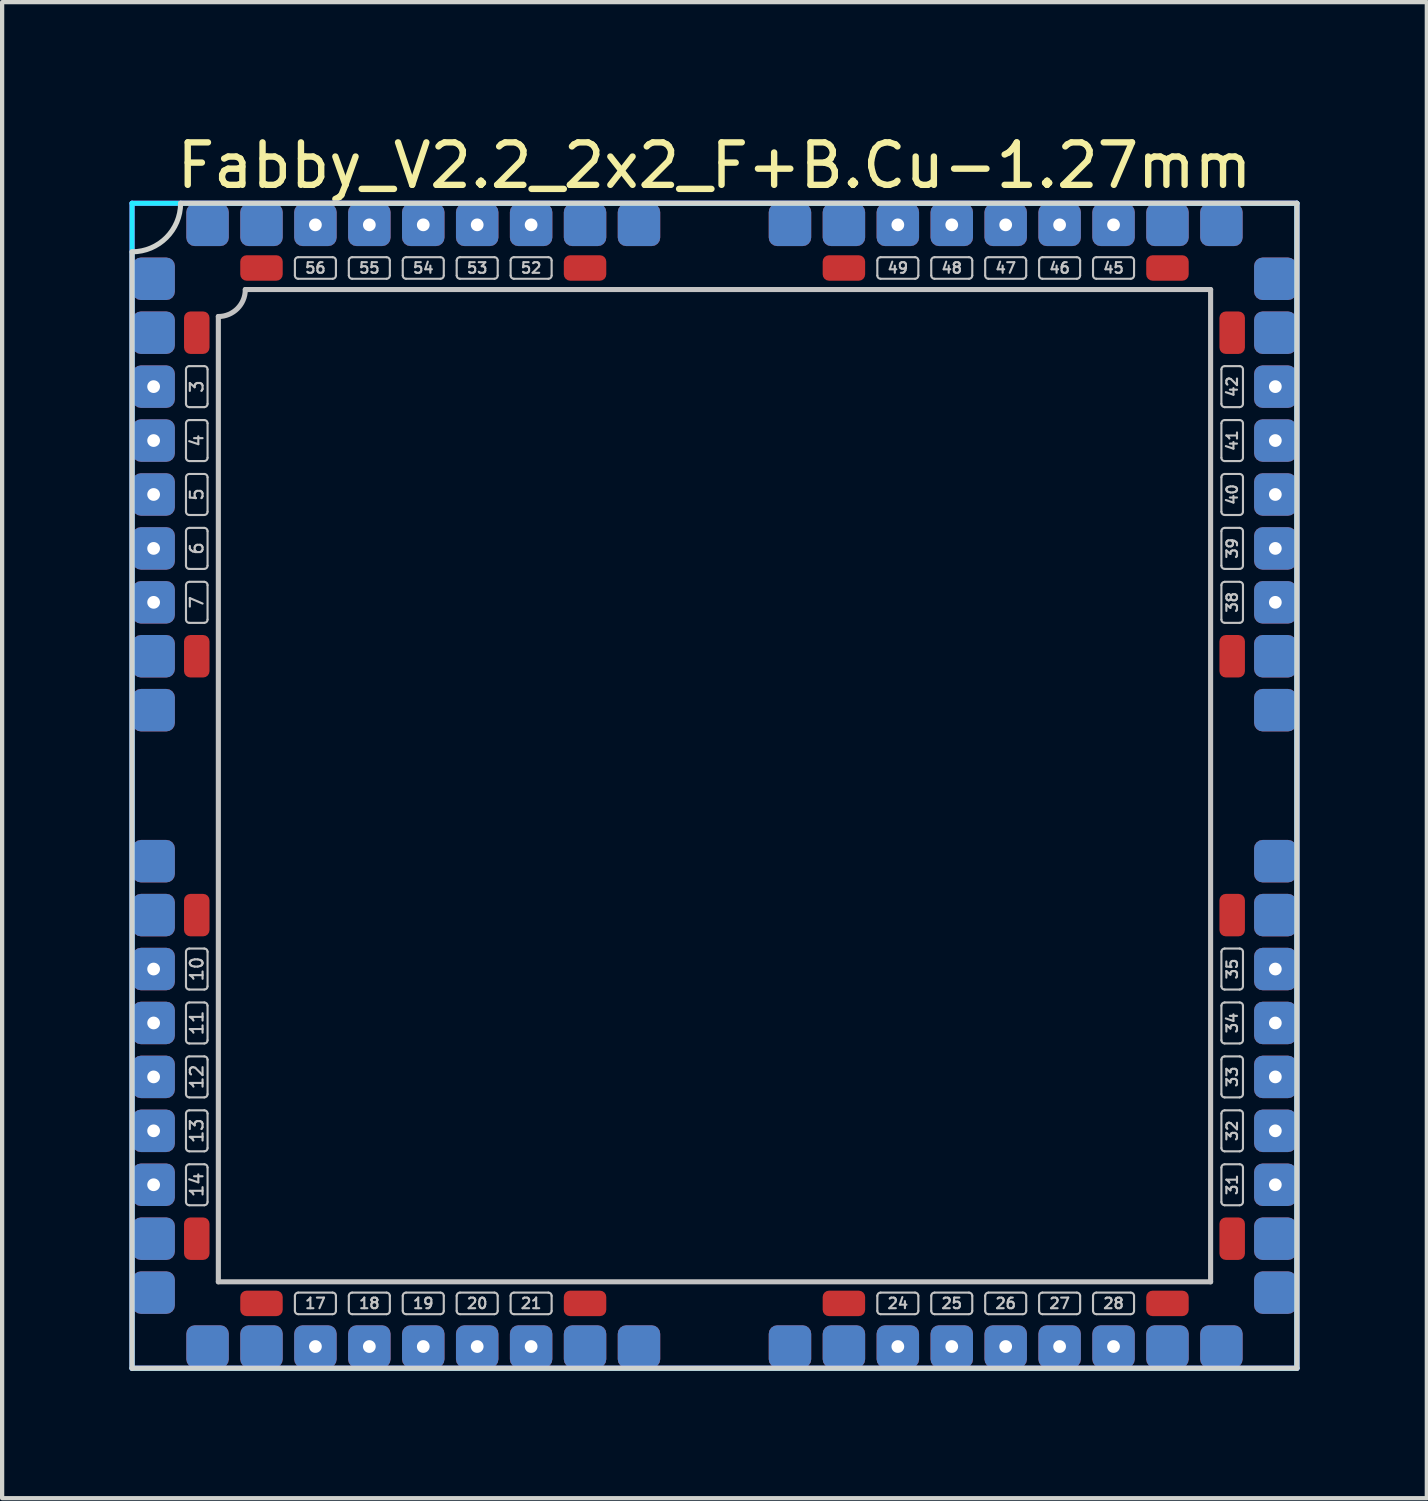
<source format=kicad_pcb>
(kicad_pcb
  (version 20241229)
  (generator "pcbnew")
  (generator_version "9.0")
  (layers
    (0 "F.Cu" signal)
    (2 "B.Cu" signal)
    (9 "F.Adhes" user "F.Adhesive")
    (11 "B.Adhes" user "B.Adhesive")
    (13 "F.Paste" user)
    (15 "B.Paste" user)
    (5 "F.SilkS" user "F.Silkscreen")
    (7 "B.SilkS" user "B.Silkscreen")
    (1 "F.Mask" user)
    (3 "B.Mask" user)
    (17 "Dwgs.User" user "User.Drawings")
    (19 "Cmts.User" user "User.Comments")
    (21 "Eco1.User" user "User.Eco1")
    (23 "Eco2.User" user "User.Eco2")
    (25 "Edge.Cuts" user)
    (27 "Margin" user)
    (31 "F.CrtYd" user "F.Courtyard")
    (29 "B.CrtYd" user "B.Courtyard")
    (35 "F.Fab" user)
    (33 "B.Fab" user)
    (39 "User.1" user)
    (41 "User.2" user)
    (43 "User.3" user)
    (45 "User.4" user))
  (footprint "Fabby_V2.2_2x2_F+B.Cu-1.27mm"
    (layer "F.Cu")
    (at 13.776 15.453)
    (property "Reference" "Fabby_V2.2_2x2_F+B.Cu-1.27mm" (at 0 -14.605 0) (layer "F.SilkS") (effects (font (size 1 1) (thickness 0.15))))
    (attr through_hole)
    (fp_line (start -12.446 -8.992) (end -12.446 -9.804) (stroke (width 0.05) (type solid)) (layer "Dwgs.User"))
    (fp_line (start -12.446 -7.722) (end -12.446 -8.534) (stroke (width 0.05) (type solid)) (layer "Dwgs.User"))
    (fp_line (start -12.446 -6.452) (end -12.446 -7.264) (stroke (width 0.05) (type solid)) (layer "Dwgs.User"))
    (fp_line (start -12.446 -5.182) (end -12.446 -5.994) (stroke (width 0.05) (type solid)) (layer "Dwgs.User"))
    (fp_line (start -12.446 -3.912) (end -12.446 -4.724) (stroke (width 0.05) (type solid)) (layer "Dwgs.User"))
    (fp_line (start -12.446 4.724) (end -12.446 3.912) (stroke (width 0.05) (type solid)) (layer "Dwgs.User"))
    (fp_line (start -12.446 5.994) (end -12.446 5.182) (stroke (width 0.05) (type solid)) (layer "Dwgs.User"))
    (fp_line (start -12.446 7.264) (end -12.446 6.452) (stroke (width 0.05) (type solid)) (layer "Dwgs.User"))
    (fp_line (start -12.446 8.534) (end -12.446 7.722) (stroke (width 0.05) (type solid)) (layer "Dwgs.User"))
    (fp_line (start -12.446 9.804) (end -12.446 8.992) (stroke (width 0.05) (type solid)) (layer "Dwgs.User"))
    (fp_line (start -12.37 -9.881) (end -12.014 -9.881) (stroke (width 0.05) (type solid)) (layer "Dwgs.User"))
    (fp_line (start -12.37 -8.915) (end -12.014 -8.915) (stroke (width 0.05) (type solid)) (layer "Dwgs.User"))
    (fp_line (start -12.37 -8.611) (end -12.014 -8.611) (stroke (width 0.05) (type solid)) (layer "Dwgs.User"))
    (fp_line (start -12.37 -7.645) (end -12.014 -7.645) (stroke (width 0.05) (type solid)) (layer "Dwgs.User"))
    (fp_line (start -12.37 -7.341) (end -12.014 -7.341) (stroke (width 0.05) (type solid)) (layer "Dwgs.User"))
    (fp_line (start -12.37 -6.375) (end -12.014 -6.375) (stroke (width 0.05) (type solid)) (layer "Dwgs.User"))
    (fp_line (start -12.37 -6.071) (end -12.014 -6.071) (stroke (width 0.05) (type solid)) (layer "Dwgs.User"))
    (fp_line (start -12.37 -5.105) (end -12.014 -5.105) (stroke (width 0.05) (type solid)) (layer "Dwgs.User"))
    (fp_line (start -12.37 -4.801) (end -12.014 -4.801) (stroke (width 0.05) (type solid)) (layer "Dwgs.User"))
    (fp_line (start -12.37 -3.835) (end -12.014 -3.835) (stroke (width 0.05) (type solid)) (layer "Dwgs.User"))
    (fp_line (start -12.37 3.835) (end -12.014 3.835) (stroke (width 0.05) (type solid)) (layer "Dwgs.User"))
    (fp_line (start -12.37 4.801) (end -12.014 4.801) (stroke (width 0.05) (type solid)) (layer "Dwgs.User"))
    (fp_line (start -12.37 5.105) (end -12.014 5.105) (stroke (width 0.05) (type solid)) (layer "Dwgs.User"))
    (fp_line (start -12.37 6.071) (end -12.014 6.071) (stroke (width 0.05) (type solid)) (layer "Dwgs.User"))
    (fp_line (start -12.37 6.375) (end -12.014 6.375) (stroke (width 0.05) (type solid)) (layer "Dwgs.User"))
    (fp_line (start -12.37 7.341) (end -12.014 7.341) (stroke (width 0.05) (type solid)) (layer "Dwgs.User"))
    (fp_line (start -12.37 7.645) (end -12.014 7.645) (stroke (width 0.05) (type solid)) (layer "Dwgs.User"))
    (fp_line (start -12.37 8.611) (end -12.014 8.611) (stroke (width 0.05) (type solid)) (layer "Dwgs.User"))
    (fp_line (start -12.37 8.915) (end -12.014 8.915) (stroke (width 0.05) (type solid)) (layer "Dwgs.User"))
    (fp_line (start -12.37 9.881) (end -12.014 9.881) (stroke (width 0.05) (type solid)) (layer "Dwgs.User"))
    (fp_line (start -11.938 -8.992) (end -11.938 -9.804) (stroke (width 0.05) (type solid)) (layer "Dwgs.User"))
    (fp_line (start -11.938 -7.722) (end -11.938 -8.534) (stroke (width 0.05) (type solid)) (layer "Dwgs.User"))
    (fp_line (start -11.938 -6.452) (end -11.938 -7.264) (stroke (width 0.05) (type solid)) (layer "Dwgs.User"))
    (fp_line (start -11.938 -5.182) (end -11.938 -5.994) (stroke (width 0.05) (type solid)) (layer "Dwgs.User"))
    (fp_line (start -11.938 -3.912) (end -11.938 -4.724) (stroke (width 0.05) (type solid)) (layer "Dwgs.User"))
    (fp_line (start -11.938 4.724) (end -11.938 3.912) (stroke (width 0.05) (type solid)) (layer "Dwgs.User"))
    (fp_line (start -11.938 5.994) (end -11.938 5.182) (stroke (width 0.05) (type solid)) (layer "Dwgs.User"))
    (fp_line (start -11.938 7.264) (end -11.938 6.452) (stroke (width 0.05) (type solid)) (layer "Dwgs.User"))
    (fp_line (start -11.938 8.534) (end -11.938 7.722) (stroke (width 0.05) (type solid)) (layer "Dwgs.User"))
    (fp_line (start -11.938 9.804) (end -11.938 8.992) (stroke (width 0.05) (type solid)) (layer "Dwgs.User"))
    (fp_line (start -11.684 11.684) (end -11.684 -11.049) (stroke (width 0.12) (type solid)) (layer "Dwgs.User"))
    (fp_line (start -11.049 -11.684) (end 11.684 -11.684) (stroke (width 0.12) (type solid)) (layer "Dwgs.User"))
    (fp_line (start -9.881 -12.014) (end -9.881 -12.37) (stroke (width 0.05) (type solid)) (layer "Dwgs.User"))
    (fp_line (start -9.881 12.37) (end -9.881 12.014) (stroke (width 0.05) (type solid)) (layer "Dwgs.User"))
    (fp_line (start -8.992 -12.446) (end -9.804 -12.446) (stroke (width 0.05) (type solid)) (layer "Dwgs.User"))
    (fp_line (start -8.992 -11.938) (end -9.804 -11.938) (stroke (width 0.05) (type solid)) (layer "Dwgs.User"))
    (fp_line (start -8.992 11.938) (end -9.804 11.938) (stroke (width 0.05) (type solid)) (layer "Dwgs.User"))
    (fp_line (start -8.992 12.446) (end -9.804 12.446) (stroke (width 0.05) (type solid)) (layer "Dwgs.User"))
    (fp_line (start -8.915 -12.014) (end -8.915 -12.37) (stroke (width 0.05) (type solid)) (layer "Dwgs.User"))
    (fp_line (start -8.915 12.37) (end -8.915 12.014) (stroke (width 0.05) (type solid)) (layer "Dwgs.User"))
    (fp_line (start -8.611 -12.014) (end -8.611 -12.37) (stroke (width 0.05) (type solid)) (layer "Dwgs.User"))
    (fp_line (start -8.611 12.37) (end -8.611 12.014) (stroke (width 0.05) (type solid)) (layer "Dwgs.User"))
    (fp_line (start -7.722 -12.446) (end -8.534 -12.446) (stroke (width 0.05) (type solid)) (layer "Dwgs.User"))
    (fp_line (start -7.722 -11.938) (end -8.534 -11.938) (stroke (width 0.05) (type solid)) (layer "Dwgs.User"))
    (fp_line (start -7.722 11.938) (end -8.534 11.938) (stroke (width 0.05) (type solid)) (layer "Dwgs.User"))
    (fp_line (start -7.722 12.446) (end -8.534 12.446) (stroke (width 0.05) (type solid)) (layer "Dwgs.User"))
    (fp_line (start -7.645 -12.014) (end -7.645 -12.37) (stroke (width 0.05) (type solid)) (layer "Dwgs.User"))
    (fp_line (start -7.645 12.37) (end -7.645 12.014) (stroke (width 0.05) (type solid)) (layer "Dwgs.User"))
    (fp_line (start -7.341 -12.014) (end -7.341 -12.37) (stroke (width 0.05) (type solid)) (layer "Dwgs.User"))
    (fp_line (start -7.341 12.37) (end -7.341 12.014) (stroke (width 0.05) (type solid)) (layer "Dwgs.User"))
    (fp_line (start -6.452 -12.446) (end -7.264 -12.446) (stroke (width 0.05) (type solid)) (layer "Dwgs.User"))
    (fp_line (start -6.452 -11.938) (end -7.264 -11.938) (stroke (width 0.05) (type solid)) (layer "Dwgs.User"))
    (fp_line (start -6.452 11.938) (end -7.264 11.938) (stroke (width 0.05) (type solid)) (layer "Dwgs.User"))
    (fp_line (start -6.452 12.446) (end -7.264 12.446) (stroke (width 0.05) (type solid)) (layer "Dwgs.User"))
    (fp_line (start -6.375 -12.014) (end -6.375 -12.37) (stroke (width 0.05) (type solid)) (layer "Dwgs.User"))
    (fp_line (start -6.375 12.37) (end -6.375 12.014) (stroke (width 0.05) (type solid)) (layer "Dwgs.User"))
    (fp_line (start -6.071 -12.014) (end -6.071 -12.37) (stroke (width 0.05) (type solid)) (layer "Dwgs.User"))
    (fp_line (start -6.071 12.37) (end -6.071 12.014) (stroke (width 0.05) (type solid)) (layer "Dwgs.User"))
    (fp_line (start -5.182 -12.446) (end -5.994 -12.446) (stroke (width 0.05) (type solid)) (layer "Dwgs.User"))
    (fp_line (start -5.182 -11.938) (end -5.994 -11.938) (stroke (width 0.05) (type solid)) (layer "Dwgs.User"))
    (fp_line (start -5.182 11.938) (end -5.994 11.938) (stroke (width 0.05) (type solid)) (layer "Dwgs.User"))
    (fp_line (start -5.182 12.446) (end -5.994 12.446) (stroke (width 0.05) (type solid)) (layer "Dwgs.User"))
    (fp_line (start -5.105 -12.014) (end -5.105 -12.37) (stroke (width 0.05) (type solid)) (layer "Dwgs.User"))
    (fp_line (start -5.105 12.37) (end -5.105 12.014) (stroke (width 0.05) (type solid)) (layer "Dwgs.User"))
    (fp_line (start -4.801 -12.014) (end -4.801 -12.37) (stroke (width 0.05) (type solid)) (layer "Dwgs.User"))
    (fp_line (start -4.801 12.37) (end -4.801 12.014) (stroke (width 0.05) (type solid)) (layer "Dwgs.User"))
    (fp_line (start -3.912 -12.446) (end -4.724 -12.446) (stroke (width 0.05) (type solid)) (layer "Dwgs.User"))
    (fp_line (start -3.912 -11.938) (end -4.724 -11.938) (stroke (width 0.05) (type solid)) (layer "Dwgs.User"))
    (fp_line (start -3.912 11.938) (end -4.724 11.938) (stroke (width 0.05) (type solid)) (layer "Dwgs.User"))
    (fp_line (start -3.912 12.446) (end -4.724 12.446) (stroke (width 0.05) (type solid)) (layer "Dwgs.User"))
    (fp_line (start -3.835 -12.014) (end -3.835 -12.37) (stroke (width 0.05) (type solid)) (layer "Dwgs.User"))
    (fp_line (start -3.835 12.37) (end -3.835 12.014) (stroke (width 0.05) (type solid)) (layer "Dwgs.User"))
    (fp_line (start 3.835 -12.014) (end 3.835 -12.37) (stroke (width 0.05) (type solid)) (layer "Dwgs.User"))
    (fp_line (start 3.835 12.37) (end 3.835 12.014) (stroke (width 0.05) (type solid)) (layer "Dwgs.User"))
    (fp_line (start 4.724 -12.446) (end 3.912 -12.446) (stroke (width 0.05) (type solid)) (layer "Dwgs.User"))
    (fp_line (start 4.724 -11.938) (end 3.912 -11.938) (stroke (width 0.05) (type solid)) (layer "Dwgs.User"))
    (fp_line (start 4.724 11.938) (end 3.912 11.938) (stroke (width 0.05) (type solid)) (layer "Dwgs.User"))
    (fp_line (start 4.724 12.446) (end 3.912 12.446) (stroke (width 0.05) (type solid)) (layer "Dwgs.User"))
    (fp_line (start 4.801 -12.014) (end 4.801 -12.37) (stroke (width 0.05) (type solid)) (layer "Dwgs.User"))
    (fp_line (start 4.801 12.37) (end 4.801 12.014) (stroke (width 0.05) (type solid)) (layer "Dwgs.User"))
    (fp_line (start 5.105 -12.014) (end 5.105 -12.37) (stroke (width 0.05) (type solid)) (layer "Dwgs.User"))
    (fp_line (start 5.105 12.37) (end 5.105 12.014) (stroke (width 0.05) (type solid)) (layer "Dwgs.User"))
    (fp_line (start 5.994 -12.446) (end 5.182 -12.446) (stroke (width 0.05) (type solid)) (layer "Dwgs.User"))
    (fp_line (start 5.994 -11.938) (end 5.182 -11.938) (stroke (width 0.05) (type solid)) (layer "Dwgs.User"))
    (fp_line (start 5.994 11.938) (end 5.182 11.938) (stroke (width 0.05) (type solid)) (layer "Dwgs.User"))
    (fp_line (start 5.994 12.446) (end 5.182 12.446) (stroke (width 0.05) (type solid)) (layer "Dwgs.User"))
    (fp_line (start 6.071 -12.014) (end 6.071 -12.37) (stroke (width 0.05) (type solid)) (layer "Dwgs.User"))
    (fp_line (start 6.071 12.37) (end 6.071 12.014) (stroke (width 0.05) (type solid)) (layer "Dwgs.User"))
    (fp_line (start 6.375 -12.014) (end 6.375 -12.37) (stroke (width 0.05) (type solid)) (layer "Dwgs.User"))
    (fp_line (start 6.375 12.37) (end 6.375 12.014) (stroke (width 0.05) (type solid)) (layer "Dwgs.User"))
    (fp_line (start 7.264 -12.446) (end 6.452 -12.446) (stroke (width 0.05) (type solid)) (layer "Dwgs.User"))
    (fp_line (start 7.264 -11.938) (end 6.452 -11.938) (stroke (width 0.05) (type solid)) (layer "Dwgs.User"))
    (fp_line (start 7.264 11.938) (end 6.452 11.938) (stroke (width 0.05) (type solid)) (layer "Dwgs.User"))
    (fp_line (start 7.264 12.446) (end 6.452 12.446) (stroke (width 0.05) (type solid)) (layer "Dwgs.User"))
    (fp_line (start 7.341 -12.014) (end 7.341 -12.37) (stroke (width 0.05) (type solid)) (layer "Dwgs.User"))
    (fp_line (start 7.341 12.37) (end 7.341 12.014) (stroke (width 0.05) (type solid)) (layer "Dwgs.User"))
    (fp_line (start 7.645 -12.014) (end 7.645 -12.37) (stroke (width 0.05) (type solid)) (layer "Dwgs.User"))
    (fp_line (start 7.645 12.37) (end 7.645 12.014) (stroke (width 0.05) (type solid)) (layer "Dwgs.User"))
    (fp_line (start 8.534 -12.446) (end 7.722 -12.446) (stroke (width 0.05) (type solid)) (layer "Dwgs.User"))
    (fp_line (start 8.534 -11.938) (end 7.722 -11.938) (stroke (width 0.05) (type solid)) (layer "Dwgs.User"))
    (fp_line (start 8.534 11.938) (end 7.722 11.938) (stroke (width 0.05) (type solid)) (layer "Dwgs.User"))
    (fp_line (start 8.534 12.446) (end 7.722 12.446) (stroke (width 0.05) (type solid)) (layer "Dwgs.User"))
    (fp_line (start 8.611 -12.014) (end 8.611 -12.37) (stroke (width 0.05) (type solid)) (layer "Dwgs.User"))
    (fp_line (start 8.611 12.37) (end 8.611 12.014) (stroke (width 0.05) (type solid)) (layer "Dwgs.User"))
    (fp_line (start 8.915 -12.014) (end 8.915 -12.37) (stroke (width 0.05) (type solid)) (layer "Dwgs.User"))
    (fp_line (start 8.915 12.37) (end 8.915 12.014) (stroke (width 0.05) (type solid)) (layer "Dwgs.User"))
    (fp_line (start 9.804 -12.446) (end 8.992 -12.446) (stroke (width 0.05) (type solid)) (layer "Dwgs.User"))
    (fp_line (start 9.804 -11.938) (end 8.992 -11.938) (stroke (width 0.05) (type solid)) (layer "Dwgs.User"))
    (fp_line (start 9.804 11.938) (end 8.992 11.938) (stroke (width 0.05) (type solid)) (layer "Dwgs.User"))
    (fp_line (start 9.804 12.446) (end 8.992 12.446) (stroke (width 0.05) (type solid)) (layer "Dwgs.User"))
    (fp_line (start 9.881 -12.014) (end 9.881 -12.37) (stroke (width 0.05) (type solid)) (layer "Dwgs.User"))
    (fp_line (start 9.881 12.37) (end 9.881 12.014) (stroke (width 0.05) (type solid)) (layer "Dwgs.User"))
    (fp_line (start 11.684 -11.684) (end 11.684 11.684) (stroke (width 0.12) (type solid)) (layer "Dwgs.User"))
    (fp_line (start 11.684 11.684) (end -11.684 11.684) (stroke (width 0.12) (type solid)) (layer "Dwgs.User"))
    (fp_line (start 11.938 -8.992) (end 11.938 -9.804) (stroke (width 0.05) (type solid)) (layer "Dwgs.User"))
    (fp_line (start 11.938 -7.722) (end 11.938 -8.534) (stroke (width 0.05) (type solid)) (layer "Dwgs.User"))
    (fp_line (start 11.938 -6.452) (end 11.938 -7.264) (stroke (width 0.05) (type solid)) (layer "Dwgs.User"))
    (fp_line (start 11.938 -5.182) (end 11.938 -5.994) (stroke (width 0.05) (type solid)) (layer "Dwgs.User"))
    (fp_line (start 11.938 -3.912) (end 11.938 -4.724) (stroke (width 0.05) (type solid)) (layer "Dwgs.User"))
    (fp_line (start 11.938 4.724) (end 11.938 3.912) (stroke (width 0.05) (type solid)) (layer "Dwgs.User"))
    (fp_line (start 11.938 5.994) (end 11.938 5.182) (stroke (width 0.05) (type solid)) (layer "Dwgs.User"))
    (fp_line (start 11.938 7.264) (end 11.938 6.452) (stroke (width 0.05) (type solid)) (layer "Dwgs.User"))
    (fp_line (start 11.938 8.534) (end 11.938 7.722) (stroke (width 0.05) (type solid)) (layer "Dwgs.User"))
    (fp_line (start 11.938 9.804) (end 11.938 8.992) (stroke (width 0.05) (type solid)) (layer "Dwgs.User"))
    (fp_line (start 12.014 -9.881) (end 12.37 -9.881) (stroke (width 0.05) (type solid)) (layer "Dwgs.User"))
    (fp_line (start 12.014 -8.915) (end 12.37 -8.915) (stroke (width 0.05) (type solid)) (layer "Dwgs.User"))
    (fp_line (start 12.014 -8.611) (end 12.37 -8.611) (stroke (width 0.05) (type solid)) (layer "Dwgs.User"))
    (fp_line (start 12.014 -7.645) (end 12.37 -7.645) (stroke (width 0.05) (type solid)) (layer "Dwgs.User"))
    (fp_line (start 12.014 -7.341) (end 12.37 -7.341) (stroke (width 0.05) (type solid)) (layer "Dwgs.User"))
    (fp_line (start 12.014 -6.375) (end 12.37 -6.375) (stroke (width 0.05) (type solid)) (layer "Dwgs.User"))
    (fp_line (start 12.014 -6.071) (end 12.37 -6.071) (stroke (width 0.05) (type solid)) (layer "Dwgs.User"))
    (fp_line (start 12.014 -5.105) (end 12.37 -5.105) (stroke (width 0.05) (type solid)) (layer "Dwgs.User"))
    (fp_line (start 12.014 -4.801) (end 12.37 -4.801) (stroke (width 0.05) (type solid)) (layer "Dwgs.User"))
    (fp_line (start 12.014 -3.835) (end 12.37 -3.835) (stroke (width 0.05) (type solid)) (layer "Dwgs.User"))
    (fp_line (start 12.014 3.835) (end 12.37 3.835) (stroke (width 0.05) (type solid)) (layer "Dwgs.User"))
    (fp_line (start 12.014 4.801) (end 12.37 4.801) (stroke (width 0.05) (type solid)) (layer "Dwgs.User"))
    (fp_line (start 12.014 5.105) (end 12.37 5.105) (stroke (width 0.05) (type solid)) (layer "Dwgs.User"))
    (fp_line (start 12.014 6.071) (end 12.37 6.071) (stroke (width 0.05) (type solid)) (layer "Dwgs.User"))
    (fp_line (start 12.014 6.375) (end 12.37 6.375) (stroke (width 0.05) (type solid)) (layer "Dwgs.User"))
    (fp_line (start 12.014 7.341) (end 12.37 7.341) (stroke (width 0.05) (type solid)) (layer "Dwgs.User"))
    (fp_line (start 12.014 7.645) (end 12.37 7.645) (stroke (width 0.05) (type solid)) (layer "Dwgs.User"))
    (fp_line (start 12.014 8.611) (end 12.37 8.611) (stroke (width 0.05) (type solid)) (layer "Dwgs.User"))
    (fp_line (start 12.014 8.915) (end 12.37 8.915) (stroke (width 0.05) (type solid)) (layer "Dwgs.User"))
    (fp_line (start 12.014 9.881) (end 12.37 9.881) (stroke (width 0.05) (type solid)) (layer "Dwgs.User"))
    (fp_line (start 12.446 -8.992) (end 12.446 -9.804) (stroke (width 0.05) (type solid)) (layer "Dwgs.User"))
    (fp_line (start 12.446 -7.722) (end 12.446 -8.534) (stroke (width 0.05) (type solid)) (layer "Dwgs.User"))
    (fp_line (start 12.446 -6.452) (end 12.446 -7.264) (stroke (width 0.05) (type solid)) (layer "Dwgs.User"))
    (fp_line (start 12.446 -5.182) (end 12.446 -5.994) (stroke (width 0.05) (type solid)) (layer "Dwgs.User"))
    (fp_line (start 12.446 -3.912) (end 12.446 -4.724) (stroke (width 0.05) (type solid)) (layer "Dwgs.User"))
    (fp_line (start 12.446 4.724) (end 12.446 3.912) (stroke (width 0.05) (type solid)) (layer "Dwgs.User"))
    (fp_line (start 12.446 5.994) (end 12.446 5.182) (stroke (width 0.05) (type solid)) (layer "Dwgs.User"))
    (fp_line (start 12.446 7.264) (end 12.446 6.452) (stroke (width 0.05) (type solid)) (layer "Dwgs.User"))
    (fp_line (start 12.446 8.534) (end 12.446 7.722) (stroke (width 0.05) (type solid)) (layer "Dwgs.User"))
    (fp_line (start 12.446 9.804) (end 12.446 8.992) (stroke (width 0.05) (type solid)) (layer "Dwgs.User"))
    (fp_arc (start -12.446 -9.8044) (mid -12.423682 -9.858282) (end -12.3698 -9.8806) (stroke (width 0.05) (type solid)) (layer "Dwgs.User"))
    (fp_arc (start -12.446 -8.5344) (mid -12.423682 -8.588282) (end -12.3698 -8.6106) (stroke (width 0.05) (type solid)) (layer "Dwgs.User"))
    (fp_arc (start -12.446 -7.2644) (mid -12.423682 -7.318282) (end -12.3698 -7.3406) (stroke (width 0.05) (type solid)) (layer "Dwgs.User"))
    (fp_arc (start -12.446 -5.9944) (mid -12.423682 -6.048282) (end -12.3698 -6.0706) (stroke (width 0.05) (type solid)) (layer "Dwgs.User"))
    (fp_arc (start -12.446 -4.7244) (mid -12.423682 -4.778282) (end -12.3698 -4.8006) (stroke (width 0.05) (type solid)) (layer "Dwgs.User"))
    (fp_arc (start -12.446 3.9116) (mid -12.423682 3.857718) (end -12.3698 3.8354) (stroke (width 0.05) (type solid)) (layer "Dwgs.User"))
    (fp_arc (start -12.446 5.1816) (mid -12.423682 5.127718) (end -12.3698 5.1054) (stroke (width 0.05) (type solid)) (layer "Dwgs.User"))
    (fp_arc (start -12.446 6.4516) (mid -12.423682 6.397718) (end -12.3698 6.3754) (stroke (width 0.05) (type solid)) (layer "Dwgs.User"))
    (fp_arc (start -12.446 7.7216) (mid -12.423682 7.667718) (end -12.3698 7.6454) (stroke (width 0.05) (type solid)) (layer "Dwgs.User"))
    (fp_arc (start -12.446 8.9916) (mid -12.423682 8.937718) (end -12.3698 8.9154) (stroke (width 0.05) (type solid)) (layer "Dwgs.User"))
    (fp_arc (start -12.3698 -8.9154) (mid -12.423682 -8.937718) (end -12.446 -8.9916) (stroke (width 0.05) (type solid)) (layer "Dwgs.User"))
    (fp_arc (start -12.3698 -7.6454) (mid -12.423682 -7.667718) (end -12.446 -7.7216) (stroke (width 0.05) (type solid)) (layer "Dwgs.User"))
    (fp_arc (start -12.3698 -6.3754) (mid -12.423682 -6.397718) (end -12.446 -6.4516) (stroke (width 0.05) (type solid)) (layer "Dwgs.User"))
    (fp_arc (start -12.3698 -5.1054) (mid -12.423682 -5.127718) (end -12.446 -5.1816) (stroke (width 0.05) (type solid)) (layer "Dwgs.User"))
    (fp_arc (start -12.3698 -3.8354) (mid -12.423682 -3.857718) (end -12.446 -3.9116) (stroke (width 0.05) (type solid)) (layer "Dwgs.User"))
    (fp_arc (start -12.3698 4.8006) (mid -12.423682 4.778282) (end -12.446 4.7244) (stroke (width 0.05) (type solid)) (layer "Dwgs.User"))
    (fp_arc (start -12.3698 6.0706) (mid -12.423682 6.048282) (end -12.446 5.9944) (stroke (width 0.05) (type solid)) (layer "Dwgs.User"))
    (fp_arc (start -12.3698 7.3406) (mid -12.423682 7.318282) (end -12.446 7.2644) (stroke (width 0.05) (type solid)) (layer "Dwgs.User"))
    (fp_arc (start -12.3698 8.6106) (mid -12.423682 8.588282) (end -12.446 8.5344) (stroke (width 0.05) (type solid)) (layer "Dwgs.User"))
    (fp_arc (start -12.3698 9.8806) (mid -12.423682 9.858282) (end -12.446 9.8044) (stroke (width 0.05) (type solid)) (layer "Dwgs.User"))
    (fp_arc (start -12.0142 -9.8806) (mid -11.960318 -9.858282) (end -11.938 -9.8044) (stroke (width 0.05) (type solid)) (layer "Dwgs.User"))
    (fp_arc (start -12.0142 -8.6106) (mid -11.960318 -8.588282) (end -11.938 -8.5344) (stroke (width 0.05) (type solid)) (layer "Dwgs.User"))
    (fp_arc (start -12.0142 -7.3406) (mid -11.960318 -7.318282) (end -11.938 -7.2644) (stroke (width 0.05) (type solid)) (layer "Dwgs.User"))
    (fp_arc (start -12.0142 -6.0706) (mid -11.960318 -6.048282) (end -11.938 -5.9944) (stroke (width 0.05) (type solid)) (layer "Dwgs.User"))
    (fp_arc (start -12.0142 -4.8006) (mid -11.960318 -4.778282) (end -11.938 -4.7244) (stroke (width 0.05) (type solid)) (layer "Dwgs.User"))
    (fp_arc (start -12.0142 3.8354) (mid -11.960318 3.857718) (end -11.938 3.9116) (stroke (width 0.05) (type solid)) (layer "Dwgs.User"))
    (fp_arc (start -12.0142 5.1054) (mid -11.960318 5.127718) (end -11.938 5.1816) (stroke (width 0.05) (type solid)) (layer "Dwgs.User"))
    (fp_arc (start -12.0142 6.3754) (mid -11.960318 6.397718) (end -11.938 6.4516) (stroke (width 0.05) (type solid)) (layer "Dwgs.User"))
    (fp_arc (start -12.0142 7.6454) (mid -11.960318 7.667718) (end -11.938 7.7216) (stroke (width 0.05) (type solid)) (layer "Dwgs.User"))
    (fp_arc (start -12.0142 8.9154) (mid -11.960318 8.937718) (end -11.938 8.9916) (stroke (width 0.05) (type solid)) (layer "Dwgs.User"))
    (fp_arc (start -11.938 -8.9916) (mid -11.960318 -8.937718) (end -12.0142 -8.9154) (stroke (width 0.05) (type solid)) (layer "Dwgs.User"))
    (fp_arc (start -11.938 -7.7216) (mid -11.960318 -7.667718) (end -12.0142 -7.6454) (stroke (width 0.05) (type solid)) (layer "Dwgs.User"))
    (fp_arc (start -11.938 -6.4516) (mid -11.960318 -6.397718) (end -12.0142 -6.3754) (stroke (width 0.05) (type solid)) (layer "Dwgs.User"))
    (fp_arc (start -11.938 -5.1816) (mid -11.960318 -5.127718) (end -12.0142 -5.1054) (stroke (width 0.05) (type solid)) (layer "Dwgs.User"))
    (fp_arc (start -11.938 -3.9116) (mid -11.960318 -3.857718) (end -12.0142 -3.8354) (stroke (width 0.05) (type solid)) (layer "Dwgs.User"))
    (fp_arc (start -11.938 4.7244) (mid -11.960318 4.778282) (end -12.0142 4.8006) (stroke (width 0.05) (type solid)) (layer "Dwgs.User"))
    (fp_arc (start -11.938 5.9944) (mid -11.960318 6.048282) (end -12.0142 6.0706) (stroke (width 0.05) (type solid)) (layer "Dwgs.User"))
    (fp_arc (start -11.938 7.2644) (mid -11.960318 7.318282) (end -12.0142 7.3406) (stroke (width 0.05) (type solid)) (layer "Dwgs.User"))
    (fp_arc (start -11.938 8.5344) (mid -11.960318 8.588282) (end -12.0142 8.6106) (stroke (width 0.05) (type solid)) (layer "Dwgs.User"))
    (fp_arc (start -11.938 9.8044) (mid -11.960318 9.858282) (end -12.0142 9.8806) (stroke (width 0.05) (type solid)) (layer "Dwgs.User"))
    (fp_arc (start -11.049 -11.684) (mid -11.234987 -11.234987) (end -11.684 -11.049) (stroke (width 0.12) (type solid)) (layer "Dwgs.User"))
    (fp_arc (start -9.8806 -12.3698) (mid -9.858282 -12.423682) (end -9.8044 -12.446) (stroke (width 0.05) (type solid)) (layer "Dwgs.User"))
    (fp_arc (start -9.8806 12.0142) (mid -9.858282 11.960318) (end -9.8044 11.938) (stroke (width 0.05) (type solid)) (layer "Dwgs.User"))
    (fp_arc (start -9.8044 -11.938) (mid -9.858282 -11.960318) (end -9.8806 -12.0142) (stroke (width 0.05) (type solid)) (layer "Dwgs.User"))
    (fp_arc (start -9.8044 12.446) (mid -9.858282 12.423682) (end -9.8806 12.3698) (stroke (width 0.05) (type solid)) (layer "Dwgs.User"))
    (fp_arc (start -8.9916 -12.446) (mid -8.937718 -12.423682) (end -8.9154 -12.3698) (stroke (width 0.05) (type solid)) (layer "Dwgs.User"))
    (fp_arc (start -8.9916 11.938) (mid -8.937718 11.960318) (end -8.9154 12.0142) (stroke (width 0.05) (type solid)) (layer "Dwgs.User"))
    (fp_arc (start -8.9154 -12.0142) (mid -8.937718 -11.960318) (end -8.9916 -11.938) (stroke (width 0.05) (type solid)) (layer "Dwgs.User"))
    (fp_arc (start -8.9154 12.3698) (mid -8.937718 12.423682) (end -8.9916 12.446) (stroke (width 0.05) (type solid)) (layer "Dwgs.User"))
    (fp_arc (start -8.6106 -12.3698) (mid -8.588282 -12.423682) (end -8.5344 -12.446) (stroke (width 0.05) (type solid)) (layer "Dwgs.User"))
    (fp_arc (start -8.6106 12.0142) (mid -8.588282 11.960318) (end -8.5344 11.938) (stroke (width 0.05) (type solid)) (layer "Dwgs.User"))
    (fp_arc (start -8.5344 -11.938) (mid -8.588282 -11.960318) (end -8.6106 -12.0142) (stroke (width 0.05) (type solid)) (layer "Dwgs.User"))
    (fp_arc (start -8.5344 12.446) (mid -8.588282 12.423682) (end -8.6106 12.3698) (stroke (width 0.05) (type solid)) (layer "Dwgs.User"))
    (fp_arc (start -7.7216 -12.446) (mid -7.667718 -12.423682) (end -7.6454 -12.3698) (stroke (width 0.05) (type solid)) (layer "Dwgs.User"))
    (fp_arc (start -7.7216 11.938) (mid -7.667718 11.960318) (end -7.6454 12.0142) (stroke (width 0.05) (type solid)) (layer "Dwgs.User"))
    (fp_arc (start -7.6454 -12.0142) (mid -7.667718 -11.960318) (end -7.7216 -11.938) (stroke (width 0.05) (type solid)) (layer "Dwgs.User"))
    (fp_arc (start -7.6454 12.3698) (mid -7.667718 12.423682) (end -7.7216 12.446) (stroke (width 0.05) (type solid)) (layer "Dwgs.User"))
    (fp_arc (start -7.3406 -12.3698) (mid -7.318282 -12.423682) (end -7.2644 -12.446) (stroke (width 0.05) (type solid)) (layer "Dwgs.User"))
    (fp_arc (start -7.3406 12.0142) (mid -7.318282 11.960318) (end -7.2644 11.938) (stroke (width 0.05) (type solid)) (layer "Dwgs.User"))
    (fp_arc (start -7.2644 -11.938) (mid -7.318282 -11.960318) (end -7.3406 -12.0142) (stroke (width 0.05) (type solid)) (layer "Dwgs.User"))
    (fp_arc (start -7.2644 12.446) (mid -7.318282 12.423682) (end -7.3406 12.3698) (stroke (width 0.05) (type solid)) (layer "Dwgs.User"))
    (fp_arc (start -6.4516 -12.446) (mid -6.397718 -12.423682) (end -6.3754 -12.3698) (stroke (width 0.05) (type solid)) (layer "Dwgs.User"))
    (fp_arc (start -6.4516 11.938) (mid -6.397718 11.960318) (end -6.3754 12.0142) (stroke (width 0.05) (type solid)) (layer "Dwgs.User"))
    (fp_arc (start -6.3754 -12.0142) (mid -6.397718 -11.960318) (end -6.4516 -11.938) (stroke (width 0.05) (type solid)) (layer "Dwgs.User"))
    (fp_arc (start -6.3754 12.3698) (mid -6.397718 12.423682) (end -6.4516 12.446) (stroke (width 0.05) (type solid)) (layer "Dwgs.User"))
    (fp_arc (start -6.0706 -12.3698) (mid -6.048282 -12.423682) (end -5.9944 -12.446) (stroke (width 0.05) (type solid)) (layer "Dwgs.User"))
    (fp_arc (start -6.0706 12.0142) (mid -6.048282 11.960318) (end -5.9944 11.938) (stroke (width 0.05) (type solid)) (layer "Dwgs.User"))
    (fp_arc (start -5.9944 -11.938) (mid -6.048282 -11.960318) (end -6.0706 -12.0142) (stroke (width 0.05) (type solid)) (layer "Dwgs.User"))
    (fp_arc (start -5.9944 12.446) (mid -6.048282 12.423682) (end -6.0706 12.3698) (stroke (width 0.05) (type solid)) (layer "Dwgs.User"))
    (fp_arc (start -5.1816 -12.446) (mid -5.127718 -12.423682) (end -5.1054 -12.3698) (stroke (width 0.05) (type solid)) (layer "Dwgs.User"))
    (fp_arc (start -5.1816 11.938) (mid -5.127718 11.960318) (end -5.1054 12.0142) (stroke (width 0.05) (type solid)) (layer "Dwgs.User"))
    (fp_arc (start -5.1054 -12.0142) (mid -5.127718 -11.960318) (end -5.1816 -11.938) (stroke (width 0.05) (type solid)) (layer "Dwgs.User"))
    (fp_arc (start -5.1054 12.3698) (mid -5.127718 12.423682) (end -5.1816 12.446) (stroke (width 0.05) (type solid)) (layer "Dwgs.User"))
    (fp_arc (start -4.8006 -12.3698) (mid -4.778282 -12.423682) (end -4.7244 -12.446) (stroke (width 0.05) (type solid)) (layer "Dwgs.User"))
    (fp_arc (start -4.8006 12.0142) (mid -4.778282 11.960318) (end -4.7244 11.938) (stroke (width 0.05) (type solid)) (layer "Dwgs.User"))
    (fp_arc (start -4.7244 -11.938) (mid -4.778282 -11.960318) (end -4.8006 -12.0142) (stroke (width 0.05) (type solid)) (layer "Dwgs.User"))
    (fp_arc (start -4.7244 12.446) (mid -4.778282 12.423682) (end -4.8006 12.3698) (stroke (width 0.05) (type solid)) (layer "Dwgs.User"))
    (fp_arc (start -3.9116 -12.446) (mid -3.857718 -12.423682) (end -3.8354 -12.3698) (stroke (width 0.05) (type solid)) (layer "Dwgs.User"))
    (fp_arc (start -3.9116 11.938) (mid -3.857718 11.960318) (end -3.8354 12.0142) (stroke (width 0.05) (type solid)) (layer "Dwgs.User"))
    (fp_arc (start -3.8354 -12.0142) (mid -3.857718 -11.960318) (end -3.9116 -11.938) (stroke (width 0.05) (type solid)) (layer "Dwgs.User"))
    (fp_arc (start -3.8354 12.3698) (mid -3.857718 12.423682) (end -3.9116 12.446) (stroke (width 0.05) (type solid)) (layer "Dwgs.User"))
    (fp_arc (start 3.8354 -12.3698) (mid 3.857718 -12.423682) (end 3.9116 -12.446) (stroke (width 0.05) (type solid)) (layer "Dwgs.User"))
    (fp_arc (start 3.8354 12.0142) (mid 3.857718 11.960318) (end 3.9116 11.938) (stroke (width 0.05) (type solid)) (layer "Dwgs.User"))
    (fp_arc (start 3.9116 -11.938) (mid 3.857718 -11.960318) (end 3.8354 -12.0142) (stroke (width 0.05) (type solid)) (layer "Dwgs.User"))
    (fp_arc (start 3.9116 12.446) (mid 3.857718 12.423682) (end 3.8354 12.3698) (stroke (width 0.05) (type solid)) (layer "Dwgs.User"))
    (fp_arc (start 4.7244 -12.446) (mid 4.778282 -12.423682) (end 4.8006 -12.3698) (stroke (width 0.05) (type solid)) (layer "Dwgs.User"))
    (fp_arc (start 4.7244 11.938) (mid 4.778282 11.960318) (end 4.8006 12.0142) (stroke (width 0.05) (type solid)) (layer "Dwgs.User"))
    (fp_arc (start 4.8006 -12.0142) (mid 4.778282 -11.960318) (end 4.7244 -11.938) (stroke (width 0.05) (type solid)) (layer "Dwgs.User"))
    (fp_arc (start 4.8006 12.3698) (mid 4.778282 12.423682) (end 4.7244 12.446) (stroke (width 0.05) (type solid)) (layer "Dwgs.User"))
    (fp_arc (start 5.1054 -12.3698) (mid 5.127718 -12.423682) (end 5.1816 -12.446) (stroke (width 0.05) (type solid)) (layer "Dwgs.User"))
    (fp_arc (start 5.1054 12.0142) (mid 5.127718 11.960318) (end 5.1816 11.938) (stroke (width 0.05) (type solid)) (layer "Dwgs.User"))
    (fp_arc (start 5.1816 -11.938) (mid 5.127718 -11.960318) (end 5.1054 -12.0142) (stroke (width 0.05) (type solid)) (layer "Dwgs.User"))
    (fp_arc (start 5.1816 12.446) (mid 5.127718 12.423682) (end 5.1054 12.3698) (stroke (width 0.05) (type solid)) (layer "Dwgs.User"))
    (fp_arc (start 5.9944 -12.446) (mid 6.048282 -12.423682) (end 6.0706 -12.3698) (stroke (width 0.05) (type solid)) (layer "Dwgs.User"))
    (fp_arc (start 5.9944 11.938) (mid 6.048282 11.960318) (end 6.0706 12.0142) (stroke (width 0.05) (type solid)) (layer "Dwgs.User"))
    (fp_arc (start 6.0706 -12.0142) (mid 6.048282 -11.960318) (end 5.9944 -11.938) (stroke (width 0.05) (type solid)) (layer "Dwgs.User"))
    (fp_arc (start 6.0706 12.3698) (mid 6.048282 12.423682) (end 5.9944 12.446) (stroke (width 0.05) (type solid)) (layer "Dwgs.User"))
    (fp_arc (start 6.3754 -12.3698) (mid 6.397718 -12.423682) (end 6.4516 -12.446) (stroke (width 0.05) (type solid)) (layer "Dwgs.User"))
    (fp_arc (start 6.3754 12.0142) (mid 6.397718 11.960318) (end 6.4516 11.938) (stroke (width 0.05) (type solid)) (layer "Dwgs.User"))
    (fp_arc (start 6.4516 -11.938) (mid 6.397718 -11.960318) (end 6.3754 -12.0142) (stroke (width 0.05) (type solid)) (layer "Dwgs.User"))
    (fp_arc (start 6.4516 12.446) (mid 6.397718 12.423682) (end 6.3754 12.3698) (stroke (width 0.05) (type solid)) (layer "Dwgs.User"))
    (fp_arc (start 7.2644 -12.446) (mid 7.318282 -12.423682) (end 7.3406 -12.3698) (stroke (width 0.05) (type solid)) (layer "Dwgs.User"))
    (fp_arc (start 7.2644 11.938) (mid 7.318282 11.960318) (end 7.3406 12.0142) (stroke (width 0.05) (type solid)) (layer "Dwgs.User"))
    (fp_arc (start 7.3406 -12.0142) (mid 7.318282 -11.960318) (end 7.2644 -11.938) (stroke (width 0.05) (type solid)) (layer "Dwgs.User"))
    (fp_arc (start 7.3406 12.3698) (mid 7.318282 12.423682) (end 7.2644 12.446) (stroke (width 0.05) (type solid)) (layer "Dwgs.User"))
    (fp_arc (start 7.6454 -12.3698) (mid 7.667718 -12.423682) (end 7.7216 -12.446) (stroke (width 0.05) (type solid)) (layer "Dwgs.User"))
    (fp_arc (start 7.6454 12.0142) (mid 7.667718 11.960318) (end 7.7216 11.938) (stroke (width 0.05) (type solid)) (layer "Dwgs.User"))
    (fp_arc (start 7.7216 -11.938) (mid 7.667718 -11.960318) (end 7.6454 -12.0142) (stroke (width 0.05) (type solid)) (layer "Dwgs.User"))
    (fp_arc (start 7.7216 12.446) (mid 7.667718 12.423682) (end 7.6454 12.3698) (stroke (width 0.05) (type solid)) (layer "Dwgs.User"))
    (fp_arc (start 8.5344 -12.446) (mid 8.588282 -12.423682) (end 8.6106 -12.3698) (stroke (width 0.05) (type solid)) (layer "Dwgs.User"))
    (fp_arc (start 8.5344 11.938) (mid 8.588282 11.960318) (end 8.6106 12.0142) (stroke (width 0.05) (type solid)) (layer "Dwgs.User"))
    (fp_arc (start 8.6106 -12.0142) (mid 8.588282 -11.960318) (end 8.5344 -11.938) (stroke (width 0.05) (type solid)) (layer "Dwgs.User"))
    (fp_arc (start 8.6106 12.3698) (mid 8.588282 12.423682) (end 8.5344 12.446) (stroke (width 0.05) (type solid)) (layer "Dwgs.User"))
    (fp_arc (start 8.9154 -12.3698) (mid 8.937718 -12.423682) (end 8.9916 -12.446) (stroke (width 0.05) (type solid)) (layer "Dwgs.User"))
    (fp_arc (start 8.9154 12.0142) (mid 8.937718 11.960318) (end 8.9916 11.938) (stroke (width 0.05) (type solid)) (layer "Dwgs.User"))
    (fp_arc (start 8.9916 -11.938) (mid 8.937718 -11.960318) (end 8.9154 -12.0142) (stroke (width 0.05) (type solid)) (layer "Dwgs.User"))
    (fp_arc (start 8.9916 12.446) (mid 8.937718 12.423682) (end 8.9154 12.3698) (stroke (width 0.05) (type solid)) (layer "Dwgs.User"))
    (fp_arc (start 9.8044 -12.446) (mid 9.858282 -12.423682) (end 9.8806 -12.3698) (stroke (width 0.05) (type solid)) (layer "Dwgs.User"))
    (fp_arc (start 9.8044 11.938) (mid 9.858282 11.960318) (end 9.8806 12.0142) (stroke (width 0.05) (type solid)) (layer "Dwgs.User"))
    (fp_arc (start 9.8806 -12.0142) (mid 9.858282 -11.960318) (end 9.8044 -11.938) (stroke (width 0.05) (type solid)) (layer "Dwgs.User"))
    (fp_arc (start 9.8806 12.3698) (mid 9.858282 12.423682) (end 9.8044 12.446) (stroke (width 0.05) (type solid)) (layer "Dwgs.User"))
    (fp_arc (start 11.938 -9.8044) (mid 11.960318 -9.858282) (end 12.0142 -9.8806) (stroke (width 0.05) (type solid)) (layer "Dwgs.User"))
    (fp_arc (start 11.938 -8.5344) (mid 11.960318 -8.588282) (end 12.0142 -8.6106) (stroke (width 0.05) (type solid)) (layer "Dwgs.User"))
    (fp_arc (start 11.938 -7.2644) (mid 11.960318 -7.318282) (end 12.0142 -7.3406) (stroke (width 0.05) (type solid)) (layer "Dwgs.User"))
    (fp_arc (start 11.938 -5.9944) (mid 11.960318 -6.048282) (end 12.0142 -6.0706) (stroke (width 0.05) (type solid)) (layer "Dwgs.User"))
    (fp_arc (start 11.938 -4.7244) (mid 11.960318 -4.778282) (end 12.0142 -4.8006) (stroke (width 0.05) (type solid)) (layer "Dwgs.User"))
    (fp_arc (start 11.938 3.9116) (mid 11.960318 3.857718) (end 12.0142 3.8354) (stroke (width 0.05) (type solid)) (layer "Dwgs.User"))
    (fp_arc (start 11.938 5.1816) (mid 11.960318 5.127718) (end 12.0142 5.1054) (stroke (width 0.05) (type solid)) (layer "Dwgs.User"))
    (fp_arc (start 11.938 6.4516) (mid 11.960318 6.397718) (end 12.0142 6.3754) (stroke (width 0.05) (type solid)) (layer "Dwgs.User"))
    (fp_arc (start 11.938 7.7216) (mid 11.960318 7.667718) (end 12.0142 7.6454) (stroke (width 0.05) (type solid)) (layer "Dwgs.User"))
    (fp_arc (start 11.938 8.9916) (mid 11.960318 8.937718) (end 12.0142 8.9154) (stroke (width 0.05) (type solid)) (layer "Dwgs.User"))
    (fp_arc (start 12.0142 -8.9154) (mid 11.960318 -8.937718) (end 11.938 -8.9916) (stroke (width 0.05) (type solid)) (layer "Dwgs.User"))
    (fp_arc (start 12.0142 -7.6454) (mid 11.960318 -7.667718) (end 11.938 -7.7216) (stroke (width 0.05) (type solid)) (layer "Dwgs.User"))
    (fp_arc (start 12.0142 -6.3754) (mid 11.960318 -6.397718) (end 11.938 -6.4516) (stroke (width 0.05) (type solid)) (layer "Dwgs.User"))
    (fp_arc (start 12.0142 -5.1054) (mid 11.960318 -5.127718) (end 11.938 -5.1816) (stroke (width 0.05) (type solid)) (layer "Dwgs.User"))
    (fp_arc (start 12.0142 -3.8354) (mid 11.960318 -3.857718) (end 11.938 -3.9116) (stroke (width 0.05) (type solid)) (layer "Dwgs.User"))
    (fp_arc (start 12.0142 4.8006) (mid 11.960318 4.778282) (end 11.938 4.7244) (stroke (width 0.05) (type solid)) (layer "Dwgs.User"))
    (fp_arc (start 12.0142 6.0706) (mid 11.960318 6.048282) (end 11.938 5.9944) (stroke (width 0.05) (type solid)) (layer "Dwgs.User"))
    (fp_arc (start 12.0142 7.3406) (mid 11.960318 7.318282) (end 11.938 7.2644) (stroke (width 0.05) (type solid)) (layer "Dwgs.User"))
    (fp_arc (start 12.0142 8.6106) (mid 11.960318 8.588282) (end 11.938 8.5344) (stroke (width 0.05) (type solid)) (layer "Dwgs.User"))
    (fp_arc (start 12.0142 9.8806) (mid 11.960318 9.858282) (end 11.938 9.8044) (stroke (width 0.05) (type solid)) (layer "Dwgs.User"))
    (fp_arc (start 12.3698 -9.8806) (mid 12.423682 -9.858282) (end 12.446 -9.8044) (stroke (width 0.05) (type solid)) (layer "Dwgs.User"))
    (fp_arc (start 12.3698 -8.6106) (mid 12.423682 -8.588282) (end 12.446 -8.5344) (stroke (width 0.05) (type solid)) (layer "Dwgs.User"))
    (fp_arc (start 12.3698 -7.3406) (mid 12.423682 -7.318282) (end 12.446 -7.2644) (stroke (width 0.05) (type solid)) (layer "Dwgs.User"))
    (fp_arc (start 12.3698 -6.0706) (mid 12.423682 -6.048282) (end 12.446 -5.9944) (stroke (width 0.05) (type solid)) (layer "Dwgs.User"))
    (fp_arc (start 12.3698 -4.8006) (mid 12.423682 -4.778282) (end 12.446 -4.7244) (stroke (width 0.05) (type solid)) (layer "Dwgs.User"))
    (fp_arc (start 12.3698 3.8354) (mid 12.423682 3.857718) (end 12.446 3.9116) (stroke (width 0.05) (type solid)) (layer "Dwgs.User"))
    (fp_arc (start 12.3698 5.1054) (mid 12.423682 5.127718) (end 12.446 5.1816) (stroke (width 0.05) (type solid)) (layer "Dwgs.User"))
    (fp_arc (start 12.3698 6.3754) (mid 12.423682 6.397718) (end 12.446 6.4516) (stroke (width 0.05) (type solid)) (layer "Dwgs.User"))
    (fp_arc (start 12.3698 7.6454) (mid 12.423682 7.667718) (end 12.446 7.7216) (stroke (width 0.05) (type solid)) (layer "Dwgs.User"))
    (fp_arc (start 12.3698 8.9154) (mid 12.423682 8.937718) (end 12.446 8.9916) (stroke (width 0.05) (type solid)) (layer "Dwgs.User"))
    (fp_arc (start 12.446 -8.9916) (mid 12.423682 -8.937718) (end 12.3698 -8.9154) (stroke (width 0.05) (type solid)) (layer "Dwgs.User"))
    (fp_arc (start 12.446 -7.7216) (mid 12.423682 -7.667718) (end 12.3698 -7.6454) (stroke (width 0.05) (type solid)) (layer "Dwgs.User"))
    (fp_arc (start 12.446 -6.4516) (mid 12.423682 -6.397718) (end 12.3698 -6.3754) (stroke (width 0.05) (type solid)) (layer "Dwgs.User"))
    (fp_arc (start 12.446 -5.1816) (mid 12.423682 -5.127718) (end 12.3698 -5.1054) (stroke (width 0.05) (type solid)) (layer "Dwgs.User"))
    (fp_arc (start 12.446 -3.9116) (mid 12.423682 -3.857718) (end 12.3698 -3.8354) (stroke (width 0.05) (type solid)) (layer "Dwgs.User"))
    (fp_arc (start 12.446 4.7244) (mid 12.423682 4.778282) (end 12.3698 4.8006) (stroke (width 0.05) (type solid)) (layer "Dwgs.User"))
    (fp_arc (start 12.446 5.9944) (mid 12.423682 6.048282) (end 12.3698 6.0706) (stroke (width 0.05) (type solid)) (layer "Dwgs.User"))
    (fp_arc (start 12.446 7.2644) (mid 12.423682 7.318282) (end 12.3698 7.3406) (stroke (width 0.05) (type solid)) (layer "Dwgs.User"))
    (fp_arc (start 12.446 8.5344) (mid 12.423682 8.588282) (end 12.3698 8.6106) (stroke (width 0.05) (type solid)) (layer "Dwgs.User"))
    (fp_arc (start 12.446 9.8044) (mid 12.423682 9.858282) (end 12.3698 9.8806) (stroke (width 0.05) (type solid)) (layer "Dwgs.User"))
    (fp_line (start -13.716 -12.573) (end -13.716 13.72) (stroke (width 0.12) (type solid)) (layer "Edge.Cuts"))
    (fp_line (start -13.716 13.72) (end 13.716 13.72) (stroke (width 0.12) (type solid)) (layer "Edge.Cuts"))
    (fp_line (start -12.573 -13.716) (end 13.716 -13.716) (stroke (width 0.12) (type solid)) (layer "Edge.Cuts"))
    (fp_line (start 13.716 -13.716) (end 13.716 13.72) (stroke (width 0.12) (type solid)) (layer "Edge.Cuts"))
    (fp_arc (start -12.573 -13.716) (mid -12.907777 -12.907777) (end -13.716 -12.573) (stroke (width 0.12) (type solid)) (layer "Edge.Cuts"))
    (fp_line (start -13.716 -13.716) (end 13.716 -13.716) (stroke (width 0.12) (type solid)) (layer "B.CrtYd"))
    (fp_line (start -13.716 13.72) (end -13.716 -13.716) (stroke (width 0.12) (type solid)) (layer "B.CrtYd"))
    (fp_line (start 13.716 -13.716) (end 13.716 13.72) (stroke (width 0.12) (type solid)) (layer "B.CrtYd"))
    (fp_line (start 13.716 13.72) (end -13.716 13.72) (stroke (width 0.12) (type solid)) (layer "B.CrtYd"))
    (fp_line (start -13.716 -13.716) (end 13.716 -13.716) (stroke (width 0.12) (type solid)) (layer "F.CrtYd"))
    (fp_line (start -13.716 13.72) (end -13.716 -13.716) (stroke (width 0.12) (type solid)) (layer "F.CrtYd"))
    (fp_line (start 13.716 -13.716) (end 13.716 13.72) (stroke (width 0.12) (type solid)) (layer "F.CrtYd"))
    (fp_line (start 13.716 13.72) (end -13.716 13.72) (stroke (width 0.12) (type solid)) (layer "F.CrtYd"))
    (fp_text user "3" (at -12.192 -9.398 90) (layer "Dwgs.User") (effects (font (size 0.3 0.3) (thickness 0.05))))
    (fp_text user "20" (at -5.588 12.192 0) (layer "Dwgs.User") (effects (font (size 0.25 0.25) (thickness 0.05))))
    (fp_text user "33" (at 12.192 6.858 270) (layer "Dwgs.User") (effects (font (size 0.25 0.25) (thickness 0.05))))
    (fp_text user "7" (at -12.192 -4.318 90) (layer "Dwgs.User") (effects (font (size 0.3 0.3) (thickness 0.05))))
    (fp_text user "26" (at 6.858 12.192 0) (layer "Dwgs.User") (effects (font (size 0.25 0.25) (thickness 0.05))))
    (fp_text user "47" (at 6.858 -12.192 0) (layer "Dwgs.User") (effects (font (size 0.25 0.25) (thickness 0.05))))
    (fp_text user "35" (at 12.192 4.318 270) (layer "Dwgs.User") (effects (font (size 0.25 0.25) (thickness 0.05))))
    (fp_text user "49" (at 4.318 -12.192 0) (layer "Dwgs.User") (effects (font (size 0.25 0.25) (thickness 0.05))))
    (fp_text user "41" (at 12.192 -8.128 270) (layer "Dwgs.User") (effects (font (size 0.25 0.25) (thickness 0.05))))
    (fp_text user "27" (at 8.128 12.192 0) (layer "Dwgs.User") (effects (font (size 0.25 0.25) (thickness 0.05))))
    (fp_text user "14" (at -12.192 9.398 90) (layer "Dwgs.User") (effects (font (size 0.3 0.3) (thickness 0.05))))
    (fp_text user "21" (at -4.318 12.192 0) (layer "Dwgs.User") (effects (font (size 0.25 0.25) (thickness 0.05))))
    (fp_text user "25" (at 5.588 12.192 0) (layer "Dwgs.User") (effects (font (size 0.25 0.25) (thickness 0.05))))
    (fp_text user "18" (at -8.128 12.192 0) (layer "Dwgs.User") (effects (font (size 0.25 0.25) (thickness 0.05))))
    (fp_text user "4" (at -12.192 -8.128 90) (layer "Dwgs.User") (effects (font (size 0.3 0.3) (thickness 0.05))))
    (fp_text user "48" (at 5.588 -12.192 0) (layer "Dwgs.User") (effects (font (size 0.25 0.25) (thickness 0.05))))
    (fp_text user "45" (at 9.398 -12.192 0) (layer "Dwgs.User") (effects (font (size 0.25 0.25) (thickness 0.05))))
    (fp_text user "24" (at 4.318 12.192 0) (layer "Dwgs.User") (effects (font (size 0.25 0.25) (thickness 0.05))))
    (fp_text user "38" (at 12.192 -4.318 270) (layer "Dwgs.User") (effects (font (size 0.25 0.25) (thickness 0.05))))
    (fp_text user "10" (at -12.192 4.318 90) (layer "Dwgs.User") (effects (font (size 0.3 0.3) (thickness 0.05))))
    (fp_text user "12" (at -12.192 6.858 90) (layer "Dwgs.User") (effects (font (size 0.3 0.3) (thickness 0.05))))
    (fp_text user "56" (at -9.398 -12.192 0) (layer "Dwgs.User") (effects (font (size 0.25 0.25) (thickness 0.05))))
    (fp_text user "11" (at -12.192 5.588 90) (layer "Dwgs.User") (effects (font (size 0.3 0.3) (thickness 0.05))))
    (fp_text user "32" (at 12.192 8.128 270) (layer "Dwgs.User") (effects (font (size 0.25 0.25) (thickness 0.05))))
    (fp_text user "53" (at -5.588 -12.192 0) (layer "Dwgs.User") (effects (font (size 0.25 0.25) (thickness 0.05))))
    (fp_text user "52" (at -4.318 -12.192 0) (layer "Dwgs.User") (effects (font (size 0.25 0.25) (thickness 0.05))))
    (fp_text user "39" (at 12.192 -5.588 270) (layer "Dwgs.User") (effects (font (size 0.25 0.25) (thickness 0.05))))
    (fp_text user "6" (at -12.192 -5.588 90) (layer "Dwgs.User") (effects (font (size 0.3 0.3) (thickness 0.05))))
    (fp_text user "42" (at 12.192 -9.398 270) (layer "Dwgs.User") (effects (font (size 0.25 0.25) (thickness 0.05))))
    (fp_text user "40" (at 12.192 -6.858 270) (layer "Dwgs.User") (effects (font (size 0.25 0.25) (thickness 0.05))))
    (fp_text user "54" (at -6.858 -12.192 0) (layer "Dwgs.User") (effects (font (size 0.25 0.25) (thickness 0.05))))
    (fp_text user "46" (at 8.128 -12.192 0) (layer "Dwgs.User") (effects (font (size 0.25 0.25) (thickness 0.05))))
    (fp_text user "13" (at -12.192 8.128 90) (layer "Dwgs.User") (effects (font (size 0.3 0.3) (thickness 0.05))))
    (fp_text user "19" (at -6.858 12.192 0) (layer "Dwgs.User") (effects (font (size 0.25 0.25) (thickness 0.05))))
    (fp_text user "31" (at 12.192 9.398 270) (layer "Dwgs.User") (effects (font (size 0.25 0.25) (thickness 0.05))))
    (fp_text user "5" (at -12.192 -6.858 90) (layer "Dwgs.User") (effects (font (size 0.3 0.3) (thickness 0.05))))
    (fp_text user "17" (at -9.398 12.192 0) (layer "Dwgs.User") (effects (font (size 0.25 0.25) (thickness 0.05))))
    (fp_text user "28" (at 9.398 12.192 0) (layer "Dwgs.User") (effects (font (size 0.25 0.25) (thickness 0.05))))
    (fp_text user "55" (at -8.128 -12.192 0) (layer "Dwgs.User") (effects (font (size 0.25 0.25) (thickness 0.05))))
    (fp_text user "34" (at 12.192 5.588 270) (layer "Dwgs.User") (effects (font (size 0.25 0.25) (thickness 0.05))))
    (pad "" smd roundrect (at -13.208 -11.938 270) (size 1 1) (layers "B.Cu" "B.Mask" "B.Paste") (roundrect_rratio 0.2))
    (pad "" smd roundrect (at -13.208 -10.668 270) (size 1 1) (layers "F.Cu" "F.Mask" "F.Paste") (roundrect_rratio 0.2))
    (pad "" smd roundrect (at -13.208 -10.668 270) (size 1 1) (layers "B.Cu" "B.Mask" "B.Paste") (roundrect_rratio 0.2))
    (pad "" smd roundrect (at -13.208 -9.398 270) (size 1 1) (layers "B.Cu" "B.Mask" "B.Paste") (roundrect_rratio 0.2))
    (pad "" smd roundrect (at -13.208 -8.128 270) (size 1 1) (layers "B.Cu" "B.Mask" "B.Paste") (roundrect_rratio 0.2))
    (pad "" smd roundrect (at -13.208 -6.858 270) (size 1 1) (layers "B.Cu" "B.Mask" "B.Paste") (roundrect_rratio 0.2))
    (pad "" smd roundrect (at -13.208 -5.588 270) (size 1 1) (layers "B.Cu" "B.Mask" "B.Paste") (roundrect_rratio 0.2))
    (pad "" smd roundrect (at -13.208 -4.318 270) (size 1 1) (layers "B.Cu" "B.Mask" "B.Paste") (roundrect_rratio 0.2))
    (pad "" smd roundrect (at -13.208 -3.048 270) (size 1 1) (layers "F.Cu" "F.Mask" "F.Paste") (roundrect_rratio 0.2))
    (pad "" smd roundrect (at -13.208 -3.048 270) (size 1 1) (layers "B.Cu" "B.Mask" "B.Paste") (roundrect_rratio 0.2))
    (pad "" smd roundrect (at -13.208 -1.778 270) (size 1 1) (layers "B.Cu" "B.Mask" "B.Paste") (roundrect_rratio 0.2))
    (pad "" smd roundrect (at -13.208 1.778 270) (size 1 1) (layers "B.Cu" "B.Mask" "B.Paste") (roundrect_rratio 0.2))
    (pad "" smd roundrect (at -13.208 3.048 270) (size 1 1) (layers "F.Cu" "F.Mask" "F.Paste") (roundrect_rratio 0.2))
    (pad "" smd roundrect (at -13.208 3.048 270) (size 1 1) (layers "B.Cu" "B.Mask" "B.Paste") (roundrect_rratio 0.2))
    (pad "" smd roundrect (at -13.208 4.318 270) (size 1 1) (layers "B.Cu" "B.Mask" "B.Paste") (roundrect_rratio 0.2))
    (pad "" smd roundrect (at -13.208 5.588 270) (size 1 1) (layers "B.Cu" "B.Mask" "B.Paste") (roundrect_rratio 0.2))
    (pad "" smd roundrect (at -13.208 6.858 270) (size 1 1) (layers "B.Cu" "B.Mask" "B.Paste") (roundrect_rratio 0.2))
    (pad "" smd roundrect (at -13.208 8.128 270) (size 1 1) (layers "B.Cu" "B.Mask" "B.Paste") (roundrect_rratio 0.2))
    (pad "" smd roundrect (at -13.208 9.398 270) (size 1 1) (layers "B.Cu" "B.Mask" "B.Paste") (roundrect_rratio 0.2))
    (pad "" smd roundrect (at -13.208 10.668 270) (size 1 1) (layers "F.Cu" "F.Mask" "F.Paste") (roundrect_rratio 0.2))
    (pad "" smd roundrect (at -13.208 10.668 270) (size 1 1) (layers "B.Cu" "B.Mask" "B.Paste") (roundrect_rratio 0.2))
    (pad "" smd roundrect (at -13.208 11.938 270) (size 1 1) (layers "B.Cu" "B.Mask" "B.Paste") (roundrect_rratio 0.2))
    (pad "" smd roundrect (at -11.938 -13.208 270) (size 1 1) (layers "B.Cu" "B.Mask" "B.Paste") (roundrect_rratio 0.2))
    (pad "" smd roundrect (at -11.938 13.208 270) (size 1 1) (layers "B.Cu" "B.Mask" "B.Paste") (roundrect_rratio 0.2))
    (pad "" smd roundrect (at -10.668 -13.208 270) (size 1 1) (layers "F.Cu" "F.Mask" "F.Paste") (roundrect_rratio 0.2))
    (pad "" smd roundrect (at -10.668 -13.208 270) (size 1 1) (layers "B.Cu" "B.Mask" "B.Paste") (roundrect_rratio 0.2))
    (pad "" smd roundrect (at -10.668 13.208 270) (size 1 1) (layers "F.Cu" "F.Mask" "F.Paste") (roundrect_rratio 0.2))
    (pad "" smd roundrect (at -10.668 13.208 270) (size 1 1) (layers "B.Cu" "B.Mask" "B.Paste") (roundrect_rratio 0.2))
    (pad "" smd roundrect (at -9.398 -13.208 270) (size 1 1) (layers "B.Cu" "B.Mask" "B.Paste") (roundrect_rratio 0.2))
    (pad "" smd roundrect (at -9.398 13.208 270) (size 1 1) (layers "B.Cu" "B.Mask" "B.Paste") (roundrect_rratio 0.2))
    (pad "" smd roundrect (at -8.128 -13.208 270) (size 1 1) (layers "B.Cu" "B.Mask" "B.Paste") (roundrect_rratio 0.2))
    (pad "" smd roundrect (at -8.128 13.208 270) (size 1 1) (layers "B.Cu" "B.Mask" "B.Paste") (roundrect_rratio 0.2))
    (pad "" smd roundrect (at -6.858 -13.208 270) (size 1 1) (layers "B.Cu" "B.Mask" "B.Paste") (roundrect_rratio 0.2))
    (pad "" smd roundrect (at -6.858 13.208 270) (size 1 1) (layers "B.Cu" "B.Mask" "B.Paste") (roundrect_rratio 0.2))
    (pad "" smd roundrect (at -5.588 -13.208 270) (size 1 1) (layers "B.Cu" "B.Mask" "B.Paste") (roundrect_rratio 0.2))
    (pad "" smd roundrect (at -5.588 13.208 270) (size 1 1) (layers "B.Cu" "B.Mask" "B.Paste") (roundrect_rratio 0.2))
    (pad "" smd roundrect (at -4.318 -13.208 270) (size 1 1) (layers "B.Cu" "B.Mask" "B.Paste") (roundrect_rratio 0.2))
    (pad "" smd roundrect (at -4.318 13.208 270) (size 1 1) (layers "B.Cu" "B.Mask" "B.Paste") (roundrect_rratio 0.2))
    (pad "" smd roundrect (at -3.048 -13.208 270) (size 1 1) (layers "F.Cu" "F.Mask" "F.Paste") (roundrect_rratio 0.2))
    (pad "" smd roundrect (at -3.048 -13.208 270) (size 1 1) (layers "B.Cu" "B.Mask" "B.Paste") (roundrect_rratio 0.2))
    (pad "" smd roundrect (at -3.048 13.208 270) (size 1 1) (layers "F.Cu" "F.Mask" "F.Paste") (roundrect_rratio 0.2))
    (pad "" smd roundrect (at -3.048 13.208 270) (size 1 1) (layers "B.Cu" "B.Mask" "B.Paste") (roundrect_rratio 0.2))
    (pad "" smd roundrect (at -1.778 -13.208 270) (size 1 1) (layers "B.Cu" "B.Mask" "B.Paste") (roundrect_rratio 0.2))
    (pad "" smd roundrect (at -1.778 13.208 270) (size 1 1) (layers "B.Cu" "B.Mask" "B.Paste") (roundrect_rratio 0.2))
    (pad "" smd roundrect (at 1.778 -13.208 270) (size 1 1) (layers "B.Cu" "B.Mask" "B.Paste") (roundrect_rratio 0.2))
    (pad "" smd roundrect (at 1.778 13.208 270) (size 1 1) (layers "B.Cu" "B.Mask" "B.Paste") (roundrect_rratio 0.2))
    (pad "" smd roundrect (at 3.048 -13.208 270) (size 1 1) (layers "F.Cu" "F.Mask" "F.Paste") (roundrect_rratio 0.2))
    (pad "" smd roundrect (at 3.048 -13.208 270) (size 1 1) (layers "B.Cu" "B.Mask" "B.Paste") (roundrect_rratio 0.2))
    (pad "" smd roundrect (at 3.048 13.208 270) (size 1 1) (layers "F.Cu" "F.Mask" "F.Paste") (roundrect_rratio 0.2))
    (pad "" smd roundrect (at 3.048 13.208 270) (size 1 1) (layers "B.Cu" "B.Mask" "B.Paste") (roundrect_rratio 0.2))
    (pad "" smd roundrect (at 4.318 -13.208 270) (size 1 1) (layers "B.Cu" "B.Mask" "B.Paste") (roundrect_rratio 0.2))
    (pad "" smd roundrect (at 4.318 13.208 270) (size 1 1) (layers "B.Cu" "B.Mask" "B.Paste") (roundrect_rratio 0.2))
    (pad "" smd roundrect (at 5.588 -13.208 270) (size 1 1) (layers "B.Cu" "B.Mask" "B.Paste") (roundrect_rratio 0.2))
    (pad "" smd roundrect (at 5.588 13.208 270) (size 1 1) (layers "B.Cu" "B.Mask" "B.Paste") (roundrect_rratio 0.2))
    (pad "" smd roundrect (at 6.858 -13.208 270) (size 1 1) (layers "B.Cu" "B.Mask" "B.Paste") (roundrect_rratio 0.2))
    (pad "" smd roundrect (at 6.858 13.208 270) (size 1 1) (layers "B.Cu" "B.Mask" "B.Paste") (roundrect_rratio 0.2))
    (pad "" smd roundrect (at 8.128 -13.208 270) (size 1 1) (layers "B.Cu" "B.Mask" "B.Paste") (roundrect_rratio 0.2))
    (pad "" smd roundrect (at 8.128 13.208 270) (size 1 1) (layers "B.Cu" "B.Mask" "B.Paste") (roundrect_rratio 0.2))
    (pad "" smd roundrect (at 9.398 -13.208 270) (size 1 1) (layers "B.Cu" "B.Mask" "B.Paste") (roundrect_rratio 0.2))
    (pad "" smd roundrect (at 9.398 13.208 270) (size 1 1) (layers "B.Cu" "B.Mask" "B.Paste") (roundrect_rratio 0.2))
    (pad "" smd roundrect (at 10.668 -13.208 270) (size 1 1) (layers "F.Cu" "F.Mask" "F.Paste") (roundrect_rratio 0.2))
    (pad "" smd roundrect (at 10.668 -13.208 270) (size 1 1) (layers "B.Cu" "B.Mask" "B.Paste") (roundrect_rratio 0.2))
    (pad "" smd roundrect (at 10.668 13.208 270) (size 1 1) (layers "F.Cu" "F.Mask" "F.Paste") (roundrect_rratio 0.2))
    (pad "" smd roundrect (at 10.668 13.208 270) (size 1 1) (layers "B.Cu" "B.Mask" "B.Paste") (roundrect_rratio 0.2))
    (pad "" smd roundrect (at 11.938 -13.208 270) (size 1 1) (layers "B.Cu" "B.Mask" "B.Paste") (roundrect_rratio 0.2))
    (pad "" smd roundrect (at 11.938 13.208 270) (size 1 1) (layers "B.Cu" "B.Mask" "B.Paste") (roundrect_rratio 0.2))
    (pad "" smd roundrect (at 13.208 -11.938 270) (size 1 1) (layers "B.Cu" "B.Mask" "B.Paste") (roundrect_rratio 0.2))
    (pad "" smd roundrect (at 13.208 -10.668 270) (size 1 1) (layers "F.Cu" "F.Mask" "F.Paste") (roundrect_rratio 0.2))
    (pad "" smd roundrect (at 13.208 -10.668 270) (size 1 1) (layers "B.Cu" "B.Mask" "B.Paste") (roundrect_rratio 0.2))
    (pad "" smd roundrect (at 13.208 -9.398 270) (size 1 1) (layers "B.Cu" "B.Mask" "B.Paste") (roundrect_rratio 0.2))
    (pad "" smd roundrect (at 13.208 -8.128 270) (size 1 1) (layers "B.Cu" "B.Mask" "B.Paste") (roundrect_rratio 0.2))
    (pad "" smd roundrect (at 13.208 -6.858 270) (size 1 1) (layers "B.Cu" "B.Mask" "B.Paste") (roundrect_rratio 0.2))
    (pad "" smd roundrect (at 13.208 -5.588 270) (size 1 1) (layers "B.Cu" "B.Mask" "B.Paste") (roundrect_rratio 0.2))
    (pad "" smd roundrect (at 13.208 -4.318 270) (size 1 1) (layers "B.Cu" "B.Mask" "B.Paste") (roundrect_rratio 0.2))
    (pad "" smd roundrect (at 13.208 -3.048 270) (size 1 1) (layers "F.Cu" "F.Mask" "F.Paste") (roundrect_rratio 0.2))
    (pad "" smd roundrect (at 13.208 -3.048 270) (size 1 1) (layers "B.Cu" "B.Mask" "B.Paste") (roundrect_rratio 0.2))
    (pad "" smd roundrect (at 13.208 -1.778 270) (size 1 1) (layers "B.Cu" "B.Mask" "B.Paste") (roundrect_rratio 0.2))
    (pad "" smd roundrect (at 13.208 1.778 270) (size 1 1) (layers "B.Cu" "B.Mask" "B.Paste") (roundrect_rratio 0.2))
    (pad "" smd roundrect (at 13.208 3.048 270) (size 1 1) (layers "F.Cu" "F.Mask" "F.Paste") (roundrect_rratio 0.2))
    (pad "" smd roundrect (at 13.208 3.048 270) (size 1 1) (layers "B.Cu" "B.Mask" "B.Paste") (roundrect_rratio 0.2))
    (pad "" smd roundrect (at 13.208 4.318 270) (size 1 1) (layers "B.Cu" "B.Mask" "B.Paste") (roundrect_rratio 0.2))
    (pad "" smd roundrect (at 13.208 5.588 270) (size 1 1) (layers "B.Cu" "B.Mask" "B.Paste") (roundrect_rratio 0.2))
    (pad "" smd roundrect (at 13.208 6.858 270) (size 1 1) (layers "B.Cu" "B.Mask" "B.Paste") (roundrect_rratio 0.2))
    (pad "" smd roundrect (at 13.208 8.128 270) (size 1 1) (layers "B.Cu" "B.Mask" "B.Paste") (roundrect_rratio 0.2))
    (pad "" smd roundrect (at 13.208 9.398 270) (size 1 1) (layers "B.Cu" "B.Mask" "B.Paste") (roundrect_rratio 0.2))
    (pad "" smd roundrect (at 13.208 10.668 270) (size 1 1) (layers "F.Cu" "F.Mask" "F.Paste") (roundrect_rratio 0.2))
    (pad "" smd roundrect (at 13.208 10.668 270) (size 1 1) (layers "B.Cu" "B.Mask" "B.Paste") (roundrect_rratio 0.2))
    (pad "" smd roundrect (at 13.208 11.938 270) (size 1 1) (layers "B.Cu" "B.Mask" "B.Paste") (roundrect_rratio 0.2))
    (pad "1" smd roundrect (at -13.208 -11.938 270) (size 1 1) (layers "F.Cu" "F.Mask" "F.Paste") (roundrect_rratio 0.2))
    (pad "1" smd roundrect (at -13.208 -1.778 270) (size 1 1) (layers "F.Cu" "F.Mask" "F.Paste") (roundrect_rratio 0.2))
    (pad "1" smd roundrect (at -13.208 1.778 270) (size 1 1) (layers "F.Cu" "F.Mask" "F.Paste") (roundrect_rratio 0.2))
    (pad "1" smd roundrect (at -13.208 11.938 270) (size 1 1) (layers "F.Cu" "F.Mask" "F.Paste") (roundrect_rratio 0.2))
    (pad "1" smd roundrect (at -11.938 -13.208 270) (size 1 1) (layers "F.Cu" "F.Mask" "F.Paste") (roundrect_rratio 0.2))
    (pad "1" smd roundrect (at -11.938 13.208 270) (size 1 1) (layers "F.Cu" "F.Mask" "F.Paste") (roundrect_rratio 0.2))
    (pad "1" smd roundrect (at -1.778 -13.208 270) (size 1 1) (layers "F.Cu" "F.Mask" "F.Paste") (roundrect_rratio 0.2))
    (pad "1" smd roundrect (at -1.778 13.208 270) (size 1 1) (layers "F.Cu" "F.Mask" "F.Paste") (roundrect_rratio 0.2))
    (pad "1" smd roundrect (at 1.778 -13.208 270) (size 1 1) (layers "F.Cu" "F.Mask" "F.Paste") (roundrect_rratio 0.2))
    (pad "1" smd roundrect (at 1.778 13.208 270) (size 1 1) (layers "F.Cu" "F.Mask" "F.Paste") (roundrect_rratio 0.2))
    (pad "1" smd roundrect (at 11.938 -13.208 270) (size 1 1) (layers "F.Cu" "F.Mask" "F.Paste") (roundrect_rratio 0.2))
    (pad "1" smd roundrect (at 11.938 13.208 270) (size 1 1) (layers "F.Cu" "F.Mask" "F.Paste") (roundrect_rratio 0.2))
    (pad "1" smd roundrect (at 13.208 -11.938 270) (size 1 1) (layers "F.Cu" "F.Mask" "F.Paste") (roundrect_rratio 0.2))
    (pad "1" smd roundrect (at 13.208 -1.778 270) (size 1 1) (layers "F.Cu" "F.Mask" "F.Paste") (roundrect_rratio 0.2))
    (pad "1" smd roundrect (at 13.208 1.778 270) (size 1 1) (layers "F.Cu" "F.Mask" "F.Paste") (roundrect_rratio 0.2))
    (pad "1" smd roundrect (at 13.208 11.938 270) (size 1 1) (layers "F.Cu" "F.Mask" "F.Paste") (roundrect_rratio 0.2))
    (pad "2" smd roundrect (at -12.192 -10.668) (size 0.6 1) (layers "F.Cu" "F.Mask" "F.Paste") (roundrect_rratio 0.25))
    (pad "3" thru_hole circle (at -13.208 -9.398) (size 0.6 0.6) (drill 0.3) (layers "*.Cu" "*.Mask"))
    (pad "3" smd roundrect (at -13.208 -9.398 270) (size 1 1) (layers "F.Cu" "F.Mask" "F.Paste") (roundrect_rratio 0.2))
    (pad "4" thru_hole circle (at -13.208 -8.128) (size 0.6 0.6) (drill 0.3) (layers "*.Cu" "*.Mask"))
    (pad "4" smd roundrect (at -13.208 -8.128 270) (size 1 1) (layers "F.Cu" "F.Mask" "F.Paste") (roundrect_rratio 0.2))
    (pad "5" thru_hole circle (at -13.208 -6.858) (size 0.6 0.6) (drill 0.3) (layers "*.Cu" "*.Mask"))
    (pad "5" smd roundrect (at -13.208 -6.858 270) (size 1 1) (layers "F.Cu" "F.Mask" "F.Paste") (roundrect_rratio 0.2))
    (pad "6" thru_hole circle (at -13.208 -5.588) (size 0.6 0.6) (drill 0.3) (layers "*.Cu" "*.Mask"))
    (pad "6" smd roundrect (at -13.208 -5.588 270) (size 1 1) (layers "F.Cu" "F.Mask" "F.Paste") (roundrect_rratio 0.2))
    (pad "7" thru_hole circle (at -13.208 -4.318) (size 0.6 0.6) (drill 0.3) (layers "*.Cu" "*.Mask"))
    (pad "7" smd roundrect (at -13.208 -4.318 270) (size 1 1) (layers "F.Cu" "F.Mask" "F.Paste") (roundrect_rratio 0.2))
    (pad "8" smd roundrect (at -12.192 -3.048) (size 0.6 1) (layers "F.Cu" "F.Mask" "F.Paste") (roundrect_rratio 0.25))
    (pad "9" smd roundrect (at -12.192 3.048) (size 0.6 1) (layers "F.Cu" "F.Mask" "F.Paste") (roundrect_rratio 0.25))
    (pad "10" thru_hole circle (at -13.208 4.318) (size 0.6 0.6) (drill 0.3) (layers "*.Cu" "*.Mask"))
    (pad "10" smd roundrect (at -13.208 4.318 270) (size 1 1) (layers "F.Cu" "F.Mask" "F.Paste") (roundrect_rratio 0.2))
    (pad "11" thru_hole circle (at -13.208 5.588) (size 0.6 0.6) (drill 0.3) (layers "*.Cu" "*.Mask"))
    (pad "11" smd roundrect (at -13.208 5.588 270) (size 1 1) (layers "F.Cu" "F.Mask" "F.Paste") (roundrect_rratio 0.2))
    (pad "12" thru_hole circle (at -13.208 6.858) (size 0.6 0.6) (drill 0.3) (layers "*.Cu" "*.Mask"))
    (pad "12" smd roundrect (at -13.208 6.858 270) (size 1 1) (layers "F.Cu" "F.Mask" "F.Paste") (roundrect_rratio 0.2))
    (pad "13" thru_hole circle (at -13.208 8.128) (size 0.6 0.6) (drill 0.3) (layers "*.Cu" "*.Mask"))
    (pad "13" smd roundrect (at -13.208 8.128 270) (size 1 1) (layers "F.Cu" "F.Mask" "F.Paste") (roundrect_rratio 0.2))
    (pad "14" thru_hole circle (at -13.208 9.398) (size 0.6 0.6) (drill 0.3) (layers "*.Cu" "*.Mask"))
    (pad "14" smd roundrect (at -13.208 9.398 270) (size 1 1) (layers "F.Cu" "F.Mask" "F.Paste") (roundrect_rratio 0.2))
    (pad "15" smd roundrect (at -12.192 10.668) (size 0.6 1) (layers "F.Cu" "F.Mask" "F.Paste") (roundrect_rratio 0.25))
    (pad "16" smd roundrect (at -10.668 12.192 90) (size 0.6 1) (layers "F.Cu" "F.Mask" "F.Paste") (roundrect_rratio 0.25))
    (pad "17" thru_hole circle (at -9.398 13.208) (size 0.6 0.6) (drill 0.3) (layers "*.Cu" "*.Mask"))
    (pad "17" smd roundrect (at -9.398 13.208 270) (size 1 1) (layers "F.Cu" "F.Mask" "F.Paste") (roundrect_rratio 0.2))
    (pad "18" thru_hole circle (at -8.128 13.208) (size 0.6 0.6) (drill 0.3) (layers "*.Cu" "*.Mask"))
    (pad "18" smd roundrect (at -8.128 13.208 270) (size 1 1) (layers "F.Cu" "F.Mask" "F.Paste") (roundrect_rratio 0.2))
    (pad "19" thru_hole circle (at -6.858 13.208) (size 0.6 0.6) (drill 0.3) (layers "*.Cu" "*.Mask"))
    (pad "19" smd roundrect (at -6.858 13.208 270) (size 1 1) (layers "F.Cu" "F.Mask" "F.Paste") (roundrect_rratio 0.2))
    (pad "20" thru_hole circle (at -5.588 13.208) (size 0.6 0.6) (drill 0.3) (layers "*.Cu" "*.Mask"))
    (pad "20" smd roundrect (at -5.588 13.208 270) (size 1 1) (layers "F.Cu" "F.Mask" "F.Paste") (roundrect_rratio 0.2))
    (pad "21" thru_hole circle (at -4.318 13.208) (size 0.6 0.6) (drill 0.3) (layers "*.Cu" "*.Mask"))
    (pad "21" smd roundrect (at -4.318 13.208 270) (size 1 1) (layers "F.Cu" "F.Mask" "F.Paste") (roundrect_rratio 0.2))
    (pad "22" smd roundrect (at -3.048 12.192 90) (size 0.6 1) (layers "F.Cu" "F.Mask" "F.Paste") (roundrect_rratio 0.25))
    (pad "23" smd roundrect (at 3.048 12.192 90) (size 0.6 1) (layers "F.Cu" "F.Mask" "F.Paste") (roundrect_rratio 0.25))
    (pad "24" thru_hole circle (at 4.318 13.208) (size 0.6 0.6) (drill 0.3) (layers "*.Cu" "*.Mask"))
    (pad "24" smd roundrect (at 4.318 13.208 270) (size 1 1) (layers "F.Cu" "F.Mask" "F.Paste") (roundrect_rratio 0.2))
    (pad "25" thru_hole circle (at 5.588 13.208) (size 0.6 0.6) (drill 0.3) (layers "*.Cu" "*.Mask"))
    (pad "25" smd roundrect (at 5.588 13.208 270) (size 1 1) (layers "F.Cu" "F.Mask" "F.Paste") (roundrect_rratio 0.2))
    (pad "26" thru_hole circle (at 6.858 13.208) (size 0.6 0.6) (drill 0.3) (layers "*.Cu" "*.Mask"))
    (pad "26" smd roundrect (at 6.858 13.208 270) (size 1 1) (layers "F.Cu" "F.Mask" "F.Paste") (roundrect_rratio 0.2))
    (pad "27" thru_hole circle (at 8.128 13.208) (size 0.6 0.6) (drill 0.3) (layers "*.Cu" "*.Mask"))
    (pad "27" smd roundrect (at 8.128 13.208 270) (size 1 1) (layers "F.Cu" "F.Mask" "F.Paste") (roundrect_rratio 0.2))
    (pad "28" thru_hole circle (at 9.398 13.208) (size 0.6 0.6) (drill 0.3) (layers "*.Cu" "*.Mask"))
    (pad "28" smd roundrect (at 9.398 13.208 270) (size 1 1) (layers "F.Cu" "F.Mask" "F.Paste") (roundrect_rratio 0.2))
    (pad "29" smd roundrect (at 10.668 12.192 90) (size 0.6 1) (layers "F.Cu" "F.Mask" "F.Paste") (roundrect_rratio 0.25))
    (pad "30" smd roundrect (at 12.192 10.668 180) (size 0.6 1) (layers "F.Cu" "F.Mask" "F.Paste") (roundrect_rratio 0.25))
    (pad "31" thru_hole circle (at 13.208 9.398) (size 0.6 0.6) (drill 0.3) (layers "*.Cu" "*.Mask"))
    (pad "31" smd roundrect (at 13.208 9.398 270) (size 1 1) (layers "F.Cu" "F.Mask" "F.Paste") (roundrect_rratio 0.2))
    (pad "32" thru_hole circle (at 13.208 8.128) (size 0.6 0.6) (drill 0.3) (layers "*.Cu" "*.Mask"))
    (pad "32" smd roundrect (at 13.208 8.128 270) (size 1 1) (layers "F.Cu" "F.Mask" "F.Paste") (roundrect_rratio 0.2))
    (pad "33" thru_hole circle (at 13.208 6.858) (size 0.6 0.6) (drill 0.3) (layers "*.Cu" "*.Mask"))
    (pad "33" smd roundrect (at 13.208 6.858 270) (size 1 1) (layers "F.Cu" "F.Mask" "F.Paste") (roundrect_rratio 0.2))
    (pad "34" thru_hole circle (at 13.208 5.588) (size 0.6 0.6) (drill 0.3) (layers "*.Cu" "*.Mask"))
    (pad "34" smd roundrect (at 13.208 5.588 270) (size 1 1) (layers "F.Cu" "F.Mask" "F.Paste") (roundrect_rratio 0.2))
    (pad "35" thru_hole circle (at 13.208 4.318) (size 0.6 0.6) (drill 0.3) (layers "*.Cu" "*.Mask"))
    (pad "35" smd roundrect (at 13.208 4.318 270) (size 1 1) (layers "F.Cu" "F.Mask" "F.Paste") (roundrect_rratio 0.2))
    (pad "36" smd roundrect (at 12.192 3.048 180) (size 0.6 1) (layers "F.Cu" "F.Mask" "F.Paste") (roundrect_rratio 0.25))
    (pad "37" smd roundrect (at 12.192 -3.048 180) (size 0.6 1) (layers "F.Cu" "F.Mask" "F.Paste") (roundrect_rratio 0.25))
    (pad "38" thru_hole circle (at 13.208 -4.318) (size 0.6 0.6) (drill 0.3) (layers "*.Cu" "*.Mask"))
    (pad "38" smd roundrect (at 13.208 -4.318 270) (size 1 1) (layers "F.Cu" "F.Mask" "F.Paste") (roundrect_rratio 0.2))
    (pad "39" thru_hole circle (at 13.208 -5.588) (size 0.6 0.6) (drill 0.3) (layers "*.Cu" "*.Mask"))
    (pad "39" smd roundrect (at 13.208 -5.588 270) (size 1 1) (layers "F.Cu" "F.Mask" "F.Paste") (roundrect_rratio 0.2))
    (pad "40" thru_hole circle (at 13.208 -6.858) (size 0.6 0.6) (drill 0.3) (layers "*.Cu" "*.Mask"))
    (pad "40" smd roundrect (at 13.208 -6.858 270) (size 1 1) (layers "F.Cu" "F.Mask" "F.Paste") (roundrect_rratio 0.2))
    (pad "41" thru_hole circle (at 13.208 -8.128) (size 0.6 0.6) (drill 0.3) (layers "*.Cu" "*.Mask"))
    (pad "41" smd roundrect (at 13.208 -8.128 270) (size 1 1) (layers "F.Cu" "F.Mask" "F.Paste") (roundrect_rratio 0.2))
    (pad "42" thru_hole circle (at 13.208 -9.398) (size 0.6 0.6) (drill 0.3) (layers "*.Cu" "*.Mask"))
    (pad "42" smd roundrect (at 13.208 -9.398 270) (size 1 1) (layers "F.Cu" "F.Mask" "F.Paste") (roundrect_rratio 0.2))
    (pad "43" smd roundrect (at 12.192 -10.668 180) (size 0.6 1) (layers "F.Cu" "F.Mask" "F.Paste") (roundrect_rratio 0.25))
    (pad "44" smd roundrect (at 10.668 -12.192 270) (size 0.6 1) (layers "F.Cu" "F.Mask" "F.Paste") (roundrect_rratio 0.25))
    (pad "45" thru_hole circle (at 9.398 -13.208) (size 0.6 0.6) (drill 0.3) (layers "*.Cu" "*.Mask"))
    (pad "45" smd roundrect (at 9.398 -13.208 270) (size 1 1) (layers "F.Cu" "F.Mask" "F.Paste") (roundrect_rratio 0.2))
    (pad "46" thru_hole circle (at 8.128 -13.208) (size 0.6 0.6) (drill 0.3) (layers "*.Cu" "*.Mask"))
    (pad "46" smd roundrect (at 8.128 -13.208 270) (size 1 1) (layers "F.Cu" "F.Mask" "F.Paste") (roundrect_rratio 0.2))
    (pad "47" thru_hole circle (at 6.858 -13.208) (size 0.6 0.6) (drill 0.3) (layers "*.Cu" "*.Mask"))
    (pad "47" smd roundrect (at 6.858 -13.208 270) (size 1 1) (layers "F.Cu" "F.Mask" "F.Paste") (roundrect_rratio 0.2))
    (pad "48" thru_hole circle (at 5.588 -13.208) (size 0.6 0.6) (drill 0.3) (layers "*.Cu" "*.Mask"))
    (pad "48" smd roundrect (at 5.588 -13.208 270) (size 1 1) (layers "F.Cu" "F.Mask" "F.Paste") (roundrect_rratio 0.2))
    (pad "49" thru_hole circle (at 4.318 -13.208) (size 0.6 0.6) (drill 0.3) (layers "*.Cu" "*.Mask"))
    (pad "49" smd roundrect (at 4.318 -13.208 270) (size 1 1) (layers "F.Cu" "F.Mask" "F.Paste") (roundrect_rratio 0.2))
    (pad "50" smd roundrect (at 3.048 -12.192 270) (size 0.6 1) (layers "F.Cu" "F.Mask" "F.Paste") (roundrect_rratio 0.25))
    (pad "51" smd roundrect (at -3.048 -12.192 270) (size 0.6 1) (layers "F.Cu" "F.Mask" "F.Paste") (roundrect_rratio 0.25))
    (pad "52" thru_hole circle (at -4.318 -13.208) (size 0.6 0.6) (drill 0.3) (layers "*.Cu" "*.Mask"))
    (pad "52" smd roundrect (at -4.318 -13.208 270) (size 1 1) (layers "F.Cu" "F.Mask" "F.Paste") (roundrect_rratio 0.2))
    (pad "53" thru_hole circle (at -5.588 -13.208) (size 0.6 0.6) (drill 0.3) (layers "*.Cu" "*.Mask"))
    (pad "53" smd roundrect (at -5.588 -13.208 270) (size 1 1) (layers "F.Cu" "F.Mask" "F.Paste") (roundrect_rratio 0.2))
    (pad "54" thru_hole circle (at -6.858 -13.208) (size 0.6 0.6) (drill 0.3) (layers "*.Cu" "*.Mask"))
    (pad "54" smd roundrect (at -6.858 -13.208 270) (size 1 1) (layers "F.Cu" "F.Mask" "F.Paste") (roundrect_rratio 0.2))
    (pad "55" thru_hole circle (at -8.128 -13.208) (size 0.6 0.6) (drill 0.3) (layers "*.Cu" "*.Mask"))
    (pad "55" smd roundrect (at -8.128 -13.208 270) (size 1 1) (layers "F.Cu" "F.Mask" "F.Paste") (roundrect_rratio 0.2))
    (pad "56" thru_hole circle (at -9.398 -13.208) (size 0.6 0.6) (drill 0.3) (layers "*.Cu" "*.Mask"))
    (pad "56" smd roundrect (at -9.398 -13.208 270) (size 1 1) (layers "F.Cu" "F.Mask" "F.Paste") (roundrect_rratio 0.2))
    (pad "57" smd roundrect (at -10.668 -12.192 270) (size 0.6 1) (layers "F.Cu" "F.Mask" "F.Paste") (roundrect_rratio 0.25)))
  (gr_rect
    (start -3 -3)
    (end 30.552 32.233)
    (stroke (width 0.1) (type default))
    (fill no)
    (layer "Edge.Cuts")))
</source>
